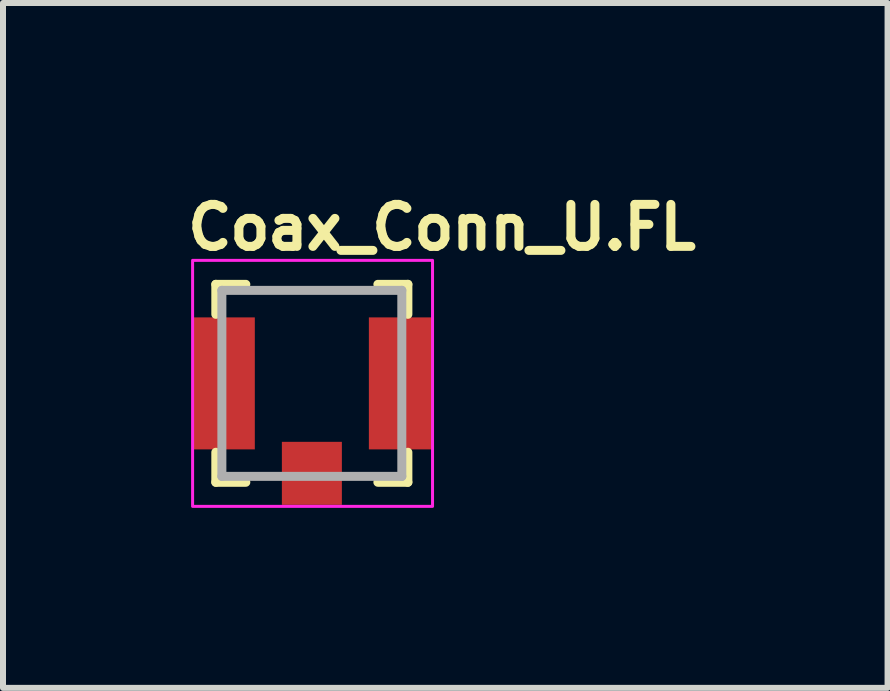
<source format=kicad_pcb>
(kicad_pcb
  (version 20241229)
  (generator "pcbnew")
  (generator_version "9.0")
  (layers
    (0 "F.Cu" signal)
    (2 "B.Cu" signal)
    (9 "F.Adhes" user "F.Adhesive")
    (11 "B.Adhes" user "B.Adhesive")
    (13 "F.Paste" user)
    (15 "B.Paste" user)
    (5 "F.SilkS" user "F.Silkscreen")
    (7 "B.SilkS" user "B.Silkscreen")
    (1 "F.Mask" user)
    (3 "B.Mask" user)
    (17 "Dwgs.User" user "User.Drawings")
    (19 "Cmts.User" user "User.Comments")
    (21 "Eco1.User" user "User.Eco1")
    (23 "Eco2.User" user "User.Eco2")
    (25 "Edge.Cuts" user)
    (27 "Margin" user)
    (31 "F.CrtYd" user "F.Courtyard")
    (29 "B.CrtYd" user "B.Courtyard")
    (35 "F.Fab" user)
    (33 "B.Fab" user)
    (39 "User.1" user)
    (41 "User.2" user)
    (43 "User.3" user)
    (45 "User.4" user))
  (footprint "Coax_Conn_U.FL"
    (layer "F.Cu")
    (at 2.16 3.34)
    (property "Reference" "Coax_Conn_U.FL" (at -2.16 -2.19 0) (layer "F.SilkS") (effects (font (size 0.7 0.7) (thickness 0.15)) (justify left bottom)))
    (attr smd)
    (fp_line (start -1.613 -1.651) (end -1.613 -1.151) (stroke (width 0.15) (type solid)) (layer "F.SilkS"))
    (fp_line (start -1.613 -1.651) (end -1.113 -1.651) (stroke (width 0.15) (type solid)) (layer "F.SilkS"))
    (fp_line (start -1.613 1.648) (end -1.613 1.148) (stroke (width 0.15) (type solid)) (layer "F.SilkS"))
    (fp_line (start -1.613 1.648) (end -1.113 1.648) (stroke (width 0.15) (type solid)) (layer "F.SilkS"))
    (fp_line (start 1.588 -1.651) (end 1.088 -1.651) (stroke (width 0.15) (type solid)) (layer "F.SilkS"))
    (fp_line (start 1.588 -1.651) (end 1.588 -1.151) (stroke (width 0.15) (type solid)) (layer "F.SilkS"))
    (fp_line (start 1.588 1.648) (end 1.088 1.648) (stroke (width 0.15) (type solid)) (layer "F.SilkS"))
    (fp_line (start 1.588 1.648) (end 1.588 1.148) (stroke (width 0.15) (type solid)) (layer "F.SilkS"))
    (fp_rect (start -2 -2.051) (end 1.999 2.05) (stroke (width 0.05) (type solid)) (fill no) (layer "F.CrtYd"))
    (fp_line (start -1.512 -1.551) (end 1.487 -1.551) (stroke (width 0.15) (type solid)) (layer "F.Fab"))
    (fp_line (start -1.512 1.55) (end -1.512 -1.551) (stroke (width 0.15) (type solid)) (layer "F.Fab"))
    (fp_line (start -1.512 1.55) (end 1.487 1.55) (stroke (width 0.15) (type solid)) (layer "F.Fab"))
    (fp_line (start 1.487 1.55) (end 1.487 -1.551) (stroke (width 0.15) (type solid)) (layer "F.Fab"))
    (fp_rect (start -1.5 -1.551) (end 1.499 1.55) (stroke (width 0.1) (type solid)) (fill no) (layer "User.5"))
    (fp_line (start -1.5 -0.902) (end -1.301 -0.902) (stroke (width 0.02) (type solid)) (layer "User.9"))
    (fp_line (start -1.5 0.9) (end -1.5 -0.902) (stroke (width 0.02) (type solid)) (layer "User.9"))
    (fp_line (start -1.5 0.9) (end -1.301 0.9) (stroke (width 0.02) (type solid)) (layer "User.9"))
    (fp_line (start -1.301 -1.016) (end -1.301 -1) (stroke (width 0.02) (type solid)) (layer "User.9"))
    (fp_line (start -1.301 -1) (end -1.301 0.998) (stroke (width 0.02) (type solid)) (layer "User.9"))
    (fp_line (start -1.301 0.998) (end -1.301 1.013) (stroke (width 0.02) (type solid)) (layer "User.9"))
    (fp_line (start -1.301 1.013) (end -1.299 1.028) (stroke (width 0.02) (type solid)) (layer "User.9"))
    (fp_line (start -1.299 -1.031) (end -1.301 -1.016) (stroke (width 0.02) (type solid)) (layer "User.9"))
    (fp_line (start -1.299 1.028) (end -1.297 1.044) (stroke (width 0.02) (type solid)) (layer "User.9"))
    (fp_line (start -1.297 -1.045) (end -1.299 -1.031) (stroke (width 0.02) (type solid)) (layer "User.9"))
    (fp_line (start -1.297 1.044) (end -1.295 1.058) (stroke (width 0.02) (type solid)) (layer "User.9"))
    (fp_line (start -1.295 -1.059) (end -1.297 -1.045) (stroke (width 0.02) (type solid)) (layer "User.9"))
    (fp_line (start -1.295 1.058) (end -1.291 1.072) (stroke (width 0.02) (type solid)) (layer "User.9"))
    (fp_line (start -1.291 -1.075) (end -1.295 -1.059) (stroke (width 0.02) (type solid)) (layer "User.9"))
    (fp_line (start -1.291 1.072) (end -1.289 1.086) (stroke (width 0.02) (type solid)) (layer "User.9"))
    (fp_line (start -1.289 -1.089) (end -1.291 -1.075) (stroke (width 0.02) (type solid)) (layer "User.9"))
    (fp_line (start -1.289 1.086) (end -1.283 1.1) (stroke (width 0.02) (type solid)) (layer "User.9"))
    (fp_line (start -1.283 -1.103) (end -1.289 -1.089) (stroke (width 0.02) (type solid)) (layer "User.9"))
    (fp_line (start -1.283 1.1) (end -1.278 1.114) (stroke (width 0.02) (type solid)) (layer "User.9"))
    (fp_line (start -1.278 -1.115) (end -1.283 -1.103) (stroke (width 0.02) (type solid)) (layer "User.9"))
    (fp_line (start -1.278 1.114) (end -1.272 1.128) (stroke (width 0.02) (type solid)) (layer "User.9"))
    (fp_line (start -1.272 -1.129) (end -1.278 -1.115) (stroke (width 0.02) (type solid)) (layer "User.9"))
    (fp_line (start -1.272 1.128) (end -1.266 1.14) (stroke (width 0.02) (type solid)) (layer "User.9"))
    (fp_line (start -1.266 -1.143) (end -1.272 -1.129) (stroke (width 0.02) (type solid)) (layer "User.9"))
    (fp_line (start -1.266 1.14) (end -1.258 1.153) (stroke (width 0.02) (type solid)) (layer "User.9"))
    (fp_line (start -1.258 -1.156) (end -1.266 -1.143) (stroke (width 0.02) (type solid)) (layer "User.9"))
    (fp_line (start -1.258 1.153) (end -1.25 1.165) (stroke (width 0.02) (type solid)) (layer "User.9"))
    (fp_line (start -1.25 -1.168) (end -1.258 -1.156) (stroke (width 0.02) (type solid)) (layer "User.9"))
    (fp_line (start -1.25 1.165) (end -1.242 1.177) (stroke (width 0.02) (type solid)) (layer "User.9"))
    (fp_line (start -1.242 -1.18) (end -1.25 -1.168) (stroke (width 0.02) (type solid)) (layer "User.9"))
    (fp_line (start -1.242 1.177) (end -1.234 1.189) (stroke (width 0.02) (type solid)) (layer "User.9"))
    (fp_line (start -1.234 -1.192) (end -1.242 -1.18) (stroke (width 0.02) (type solid)) (layer "User.9"))
    (fp_line (start -1.234 1.189) (end -1.224 1.201) (stroke (width 0.02) (type solid)) (layer "User.9"))
    (fp_line (start -1.224 -1.202) (end -1.234 -1.192) (stroke (width 0.02) (type solid)) (layer "User.9"))
    (fp_line (start -1.224 1.201) (end -1.214 1.211) (stroke (width 0.02) (type solid)) (layer "User.9"))
    (fp_line (start -1.214 -1.214) (end -1.224 -1.202) (stroke (width 0.02) (type solid)) (layer "User.9"))
    (fp_line (start -1.214 -1.214) (end -1.214 -1.214) (stroke (width 0.02) (type solid)) (layer "User.9"))
    (fp_line (start -1.214 1.211) (end -1.214 1.211) (stroke (width 0.02) (type solid)) (layer "User.9"))
    (fp_line (start -1.214 1.211) (end -1.202 1.221) (stroke (width 0.02) (type solid)) (layer "User.9"))
    (fp_line (start -1.202 -1.224) (end -1.214 -1.214) (stroke (width 0.02) (type solid)) (layer "User.9"))
    (fp_line (start -1.202 1.221) (end -1.192 1.231) (stroke (width 0.02) (type solid)) (layer "User.9"))
    (fp_line (start -1.192 -1.234) (end -1.202 -1.224) (stroke (width 0.02) (type solid)) (layer "User.9"))
    (fp_line (start -1.192 1.231) (end -1.18 1.241) (stroke (width 0.02) (type solid)) (layer "User.9"))
    (fp_line (start -1.18 -1.242) (end -1.192 -1.234) (stroke (width 0.02) (type solid)) (layer "User.9"))
    (fp_line (start -1.18 1.241) (end -1.168 1.249) (stroke (width 0.02) (type solid)) (layer "User.9"))
    (fp_line (start -1.168 -1.25) (end -1.18 -1.242) (stroke (width 0.02) (type solid)) (layer "User.9"))
    (fp_line (start -1.168 1.249) (end -1.156 1.257) (stroke (width 0.02) (type solid)) (layer "User.9"))
    (fp_line (start -1.156 -1.258) (end -1.168 -1.25) (stroke (width 0.02) (type solid)) (layer "User.9"))
    (fp_line (start -1.156 1.257) (end -1.143 1.263) (stroke (width 0.02) (type solid)) (layer "User.9"))
    (fp_line (start -1.143 -1.266) (end -1.156 -1.258) (stroke (width 0.02) (type solid)) (layer "User.9"))
    (fp_line (start -1.143 1.263) (end -1.129 1.271) (stroke (width 0.02) (type solid)) (layer "User.9"))
    (fp_line (start -1.129 -1.272) (end -1.143 -1.266) (stroke (width 0.02) (type solid)) (layer "User.9"))
    (fp_line (start -1.129 1.271) (end -1.115 1.277) (stroke (width 0.02) (type solid)) (layer "User.9"))
    (fp_line (start -1.115 -1.278) (end -1.129 -1.272) (stroke (width 0.02) (type solid)) (layer "User.9"))
    (fp_line (start -1.115 1.277) (end -1.103 1.282) (stroke (width 0.02) (type solid)) (layer "User.9"))
    (fp_line (start -1.103 -1.283) (end -1.115 -1.278) (stroke (width 0.02) (type solid)) (layer "User.9"))
    (fp_line (start -1.103 1.282) (end -1.089 1.286) (stroke (width 0.02) (type solid)) (layer "User.9"))
    (fp_line (start -1.089 -1.289) (end -1.103 -1.283) (stroke (width 0.02) (type solid)) (layer "User.9"))
    (fp_line (start -1.089 1.286) (end -1.075 1.29) (stroke (width 0.02) (type solid)) (layer "User.9"))
    (fp_line (start -1.075 -1.291) (end -1.089 -1.289) (stroke (width 0.02) (type solid)) (layer "User.9"))
    (fp_line (start -1.075 1.29) (end -1.059 1.294) (stroke (width 0.02) (type solid)) (layer "User.9"))
    (fp_line (start -1.059 -1.295) (end -1.075 -1.291) (stroke (width 0.02) (type solid)) (layer "User.9"))
    (fp_line (start -1.059 1.294) (end -1.045 1.296) (stroke (width 0.02) (type solid)) (layer "User.9"))
    (fp_line (start -1.045 -1.297) (end -1.059 -1.295) (stroke (width 0.02) (type solid)) (layer "User.9"))
    (fp_line (start -1.045 1.296) (end -1.031 1.298) (stroke (width 0.02) (type solid)) (layer "User.9"))
    (fp_line (start -1.031 -1.299) (end -1.045 -1.297) (stroke (width 0.02) (type solid)) (layer "User.9"))
    (fp_line (start -1.031 1.298) (end -1.016 1.298) (stroke (width 0.02) (type solid)) (layer "User.9"))
    (fp_line (start -1.016 -1.301) (end -1.031 -1.299) (stroke (width 0.02) (type solid)) (layer "User.9"))
    (fp_line (start -1.016 1.298) (end -1 1.3) (stroke (width 0.02) (type solid)) (layer "User.9"))
    (fp_line (start -1 -1.301) (end -1.016 -1.301) (stroke (width 0.02) (type solid)) (layer "User.9"))
    (fp_line (start -1 0) (end -0.999 -0.053) (stroke (width 0.02) (type solid)) (layer "User.9"))
    (fp_line (start -1 1.3) (end 0.998 1.3) (stroke (width 0.02) (type solid)) (layer "User.9"))
    (fp_line (start -0.999 -0.053) (end -0.995 -0.104) (stroke (width 0.02) (type solid)) (layer "User.9"))
    (fp_line (start -0.999 0.051) (end -1 0) (stroke (width 0.02) (type solid)) (layer "User.9"))
    (fp_line (start -0.995 -0.104) (end -0.989 -0.153) (stroke (width 0.02) (type solid)) (layer "User.9"))
    (fp_line (start -0.995 0.102) (end -0.999 0.051) (stroke (width 0.02) (type solid)) (layer "User.9"))
    (fp_line (start -0.989 -0.153) (end -0.98 -0.203) (stroke (width 0.02) (type solid)) (layer "User.9"))
    (fp_line (start -0.989 0.151) (end -0.995 0.102) (stroke (width 0.02) (type solid)) (layer "User.9"))
    (fp_line (start -0.98 -0.203) (end -0.969 -0.25) (stroke (width 0.02) (type solid)) (layer "User.9"))
    (fp_line (start -0.98 0.201) (end -0.989 0.151) (stroke (width 0.02) (type solid)) (layer "User.9"))
    (fp_line (start -0.969 -0.25) (end -0.956 -0.298) (stroke (width 0.02) (type solid)) (layer "User.9"))
    (fp_line (start -0.969 0.248) (end -0.98 0.201) (stroke (width 0.02) (type solid)) (layer "User.9"))
    (fp_line (start -0.956 -0.298) (end -0.94 -0.345) (stroke (width 0.02) (type solid)) (layer "User.9"))
    (fp_line (start -0.956 0.296) (end -0.969 0.248) (stroke (width 0.02) (type solid)) (layer "User.9"))
    (fp_line (start -0.94 -0.345) (end -0.923 -0.39) (stroke (width 0.02) (type solid)) (layer "User.9"))
    (fp_line (start -0.94 0.343) (end -0.956 0.296) (stroke (width 0.02) (type solid)) (layer "User.9"))
    (fp_line (start -0.931 0) (end -0.929 -0.062) (stroke (width 0.02) (type solid)) (layer "User.9"))
    (fp_line (start -0.931 0.03) (end -0.931 0) (stroke (width 0.02) (type solid)) (layer "User.9"))
    (fp_line (start -0.929 -0.062) (end -0.923 -0.124) (stroke (width 0.02) (type solid)) (layer "User.9"))
    (fp_line (start -0.929 0.06) (end -0.931 0.03) (stroke (width 0.02) (type solid)) (layer "User.9"))
    (fp_line (start -0.927 0.091) (end -0.929 0.06) (stroke (width 0.02) (type solid)) (layer "User.9"))
    (fp_line (start -0.923 -0.39) (end -0.902 -0.434) (stroke (width 0.02) (type solid)) (layer "User.9"))
    (fp_line (start -0.923 -0.124) (end -0.913 -0.184) (stroke (width 0.02) (type solid)) (layer "User.9"))
    (fp_line (start -0.923 0.122) (end -0.927 0.091) (stroke (width 0.02) (type solid)) (layer "User.9"))
    (fp_line (start -0.923 0.388) (end -0.94 0.343) (stroke (width 0.02) (type solid)) (layer "User.9"))
    (fp_line (start -0.919 0.152) (end -0.923 0.122) (stroke (width 0.02) (type solid)) (layer "User.9"))
    (fp_line (start -0.913 -0.184) (end -0.899 -0.243) (stroke (width 0.02) (type solid)) (layer "User.9"))
    (fp_line (start -0.913 0.182) (end -0.919 0.152) (stroke (width 0.02) (type solid)) (layer "User.9"))
    (fp_line (start -0.907 0.212) (end -0.913 0.182) (stroke (width 0.02) (type solid)) (layer "User.9"))
    (fp_line (start -0.902 -0.434) (end -0.879 -0.478) (stroke (width 0.02) (type solid)) (layer "User.9"))
    (fp_line (start -0.902 0.432) (end -0.923 0.388) (stroke (width 0.02) (type solid)) (layer "User.9"))
    (fp_line (start -0.899 -0.243) (end -0.881 -0.301) (stroke (width 0.02) (type solid)) (layer "User.9"))
    (fp_line (start -0.899 0.241) (end -0.907 0.212) (stroke (width 0.02) (type solid)) (layer "User.9"))
    (fp_line (start -0.89 0.271) (end -0.899 0.241) (stroke (width 0.02) (type solid)) (layer "User.9"))
    (fp_line (start -0.881 -0.301) (end -0.859 -0.358) (stroke (width 0.02) (type solid)) (layer "User.9"))
    (fp_line (start -0.881 0.299) (end -0.89 0.271) (stroke (width 0.02) (type solid)) (layer "User.9"))
    (fp_line (start -0.879 -0.478) (end -0.855 -0.519) (stroke (width 0.02) (type solid)) (layer "User.9"))
    (fp_line (start -0.879 0.476) (end -0.902 0.432) (stroke (width 0.02) (type solid)) (layer "User.9"))
    (fp_line (start -0.87 0.328) (end -0.881 0.299) (stroke (width 0.02) (type solid)) (layer "User.9"))
    (fp_line (start -0.859 -0.358) (end -0.834 -0.413) (stroke (width 0.02) (type solid)) (layer "User.9"))
    (fp_line (start -0.859 0.356) (end -0.87 0.328) (stroke (width 0.02) (type solid)) (layer "User.9"))
    (fp_line (start -0.855 -0.519) (end -0.83 -0.56) (stroke (width 0.02) (type solid)) (layer "User.9"))
    (fp_line (start -0.855 0.517) (end -0.879 0.476) (stroke (width 0.02) (type solid)) (layer "User.9"))
    (fp_line (start -0.85 0) (end -0.849 -0.058) (stroke (width 0.02) (type solid)) (layer "User.9"))
    (fp_line (start -0.85 0.028) (end -0.85 0) (stroke (width 0.02) (type solid)) (layer "User.9"))
    (fp_line (start -0.849 -0.058) (end -0.843 -0.114) (stroke (width 0.02) (type solid)) (layer "User.9"))
    (fp_line (start -0.849 0.056) (end -0.85 0.028) (stroke (width 0.02) (type solid)) (layer "User.9"))
    (fp_line (start -0.847 0.384) (end -0.859 0.356) (stroke (width 0.02) (type solid)) (layer "User.9"))
    (fp_line (start -0.846 0.084) (end -0.849 0.056) (stroke (width 0.02) (type solid)) (layer "User.9"))
    (fp_line (start -0.843 -0.114) (end -0.834 -0.169) (stroke (width 0.02) (type solid)) (layer "User.9"))
    (fp_line (start -0.843 0.112) (end -0.846 0.084) (stroke (width 0.02) (type solid)) (layer "User.9"))
    (fp_line (start -0.839 0.14) (end -0.843 0.112) (stroke (width 0.02) (type solid)) (layer "User.9"))
    (fp_line (start -0.834 -0.413) (end -0.807 -0.467) (stroke (width 0.02) (type solid)) (layer "User.9"))
    (fp_line (start -0.834 -0.169) (end -0.822 -0.222) (stroke (width 0.02) (type solid)) (layer "User.9"))
    (fp_line (start -0.834 0.167) (end -0.839 0.14) (stroke (width 0.02) (type solid)) (layer "User.9"))
    (fp_line (start -0.834 0.411) (end -0.847 0.384) (stroke (width 0.02) (type solid)) (layer "User.9"))
    (fp_line (start -0.83 -0.56) (end -0.802 -0.598) (stroke (width 0.02) (type solid)) (layer "User.9"))
    (fp_line (start -0.83 0.558) (end -0.855 0.517) (stroke (width 0.02) (type solid)) (layer "User.9"))
    (fp_line (start -0.829 0.194) (end -0.834 0.167) (stroke (width 0.02) (type solid)) (layer "User.9"))
    (fp_line (start -0.822 -0.222) (end -0.806 -0.276) (stroke (width 0.02) (type solid)) (layer "User.9"))
    (fp_line (start -0.822 0.22) (end -0.829 0.194) (stroke (width 0.02) (type solid)) (layer "User.9"))
    (fp_line (start -0.822 0.437) (end -0.834 0.411) (stroke (width 0.02) (type solid)) (layer "User.9"))
    (fp_line (start -0.814 0.247) (end -0.822 0.22) (stroke (width 0.02) (type solid)) (layer "User.9"))
    (fp_line (start -0.807 -0.467) (end -0.775 -0.518) (stroke (width 0.02) (type solid)) (layer "User.9"))
    (fp_line (start -0.807 0.465) (end -0.822 0.437) (stroke (width 0.02) (type solid)) (layer "User.9"))
    (fp_line (start -0.806 -0.276) (end -0.786 -0.328) (stroke (width 0.02) (type solid)) (layer "User.9"))
    (fp_line (start -0.806 0.274) (end -0.814 0.247) (stroke (width 0.02) (type solid)) (layer "User.9"))
    (fp_line (start -0.802 -0.598) (end -0.773 -0.636) (stroke (width 0.02) (type solid)) (layer "User.9"))
    (fp_line (start -0.802 0.596) (end -0.83 0.558) (stroke (width 0.02) (type solid)) (layer "User.9"))
    (fp_line (start -0.797 0.299) (end -0.806 0.274) (stroke (width 0.02) (type solid)) (layer "User.9"))
    (fp_line (start -0.791 0.489) (end -0.807 0.465) (stroke (width 0.02) (type solid)) (layer "User.9"))
    (fp_line (start -0.786 -0.328) (end -0.763 -0.377) (stroke (width 0.02) (type solid)) (layer "User.9"))
    (fp_line (start -0.786 0.326) (end -0.797 0.299) (stroke (width 0.02) (type solid)) (layer "User.9"))
    (fp_line (start -0.776 -0.351) (end -0.425 -0.351) (stroke (width 0.02) (type solid)) (layer "User.9"))
    (fp_line (start -0.776 0.349) (end -0.425 0.349) (stroke (width 0.02) (type solid)) (layer "User.9"))
    (fp_line (start -0.775 -0.518) (end -0.739 -0.567) (stroke (width 0.02) (type solid)) (layer "User.9"))
    (fp_line (start -0.775 0.351) (end -0.786 0.326) (stroke (width 0.02) (type solid)) (layer "User.9"))
    (fp_line (start -0.775 0.516) (end -0.791 0.489) (stroke (width 0.02) (type solid)) (layer "User.9"))
    (fp_line (start -0.773 -0.636) (end -0.74 -0.673) (stroke (width 0.02) (type solid)) (layer "User.9"))
    (fp_line (start -0.773 0.634) (end -0.802 0.596) (stroke (width 0.02) (type solid)) (layer "User.9"))
    (fp_line (start -0.763 -0.377) (end -0.737 -0.425) (stroke (width 0.02) (type solid)) (layer "User.9"))
    (fp_line (start -0.763 0.375) (end -0.775 0.351) (stroke (width 0.02) (type solid)) (layer "User.9"))
    (fp_line (start -0.757 0.54) (end -0.775 0.516) (stroke (width 0.02) (type solid)) (layer "User.9"))
    (fp_line (start -0.75 0.4) (end -0.763 0.375) (stroke (width 0.02) (type solid)) (layer "User.9"))
    (fp_line (start -0.74 -0.673) (end -0.707 -0.707) (stroke (width 0.02) (type solid)) (layer "User.9"))
    (fp_line (start -0.74 0.671) (end -0.773 0.634) (stroke (width 0.02) (type solid)) (layer "User.9"))
    (fp_line (start -0.739 -0.567) (end -0.702 -0.612) (stroke (width 0.02) (type solid)) (layer "User.9"))
    (fp_line (start -0.739 0.565) (end -0.757 0.54) (stroke (width 0.02) (type solid)) (layer "User.9"))
    (fp_line (start -0.737 -0.425) (end -0.708 -0.473) (stroke (width 0.02) (type solid)) (layer "User.9"))
    (fp_line (start -0.737 0.423) (end -0.75 0.4) (stroke (width 0.02) (type solid)) (layer "User.9"))
    (fp_line (start -0.722 0.448) (end -0.737 0.423) (stroke (width 0.02) (type solid)) (layer "User.9"))
    (fp_line (start -0.72 0.587) (end -0.739 0.565) (stroke (width 0.02) (type solid)) (layer "User.9"))
    (fp_line (start -0.708 -0.473) (end -0.677 -0.518) (stroke (width 0.02) (type solid)) (layer "User.9"))
    (fp_line (start -0.708 0.471) (end -0.722 0.448) (stroke (width 0.02) (type solid)) (layer "User.9"))
    (fp_line (start -0.707 -0.707) (end -0.673 -0.74) (stroke (width 0.02) (type solid)) (layer "User.9"))
    (fp_line (start -0.707 0.705) (end -0.74 0.671) (stroke (width 0.02) (type solid)) (layer "User.9"))
    (fp_line (start -0.702 -0.612) (end -0.661 -0.658) (stroke (width 0.02) (type solid)) (layer "User.9"))
    (fp_line (start -0.702 0.61) (end -0.72 0.587) (stroke (width 0.02) (type solid)) (layer "User.9"))
    (fp_line (start -0.693 0.493) (end -0.708 0.471) (stroke (width 0.02) (type solid)) (layer "User.9"))
    (fp_line (start -0.682 0.633) (end -0.702 0.61) (stroke (width 0.02) (type solid)) (layer "User.9"))
    (fp_line (start -0.677 -0.518) (end -0.642 -0.561) (stroke (width 0.02) (type solid)) (layer "User.9"))
    (fp_line (start -0.677 0.516) (end -0.693 0.493) (stroke (width 0.02) (type solid)) (layer "User.9"))
    (fp_line (start -0.673 -0.74) (end -0.636 -0.772) (stroke (width 0.02) (type solid)) (layer "User.9"))
    (fp_line (start -0.673 0.738) (end -0.707 0.705) (stroke (width 0.02) (type solid)) (layer "User.9"))
    (fp_line (start -0.661 -0.658) (end -0.615 -0.699) (stroke (width 0.02) (type solid)) (layer "User.9"))
    (fp_line (start -0.661 0.656) (end -0.682 0.633) (stroke (width 0.02) (type solid)) (layer "User.9"))
    (fp_line (start -0.659 0.538) (end -0.677 0.516) (stroke (width 0.02) (type solid)) (layer "User.9"))
    (fp_line (start -0.642 -0.561) (end -0.603 -0.6) (stroke (width 0.02) (type solid)) (layer "User.9"))
    (fp_line (start -0.642 0.559) (end -0.659 0.538) (stroke (width 0.02) (type solid)) (layer "User.9"))
    (fp_line (start -0.638 0.677) (end -0.661 0.656) (stroke (width 0.02) (type solid)) (layer "User.9"))
    (fp_line (start -0.636 -0.772) (end -0.598 -0.802) (stroke (width 0.02) (type solid)) (layer "User.9"))
    (fp_line (start -0.636 0.77) (end -0.673 0.738) (stroke (width 0.02) (type solid)) (layer "User.9"))
    (fp_line (start -0.622 0.578) (end -0.642 0.559) (stroke (width 0.02) (type solid)) (layer "User.9"))
    (fp_line (start -0.615 -0.699) (end -0.569 -0.737) (stroke (width 0.02) (type solid)) (layer "User.9"))
    (fp_line (start -0.615 0.697) (end -0.638 0.677) (stroke (width 0.02) (type solid)) (layer "User.9"))
    (fp_line (start -0.603 -0.6) (end -0.563 -0.638) (stroke (width 0.02) (type solid)) (layer "User.9"))
    (fp_line (start -0.603 0.598) (end -0.622 0.578) (stroke (width 0.02) (type solid)) (layer "User.9"))
    (fp_line (start -0.598 -0.802) (end -0.56 -0.83) (stroke (width 0.02) (type solid)) (layer "User.9"))
    (fp_line (start -0.598 0.8) (end -0.636 0.77) (stroke (width 0.02) (type solid)) (layer "User.9"))
    (fp_line (start -0.592 0.716) (end -0.615 0.697) (stroke (width 0.02) (type solid)) (layer "User.9"))
    (fp_line (start -0.583 0.618) (end -0.603 0.598) (stroke (width 0.02) (type solid)) (layer "User.9"))
    (fp_line (start -0.569 -0.737) (end -0.519 -0.774) (stroke (width 0.02) (type solid)) (layer "User.9"))
    (fp_line (start -0.569 0.735) (end -0.592 0.716) (stroke (width 0.02) (type solid)) (layer "User.9"))
    (fp_line (start -0.563 -0.638) (end -0.52 -0.675) (stroke (width 0.02) (type solid)) (layer "User.9"))
    (fp_line (start -0.563 0.636) (end -0.583 0.618) (stroke (width 0.02) (type solid)) (layer "User.9"))
    (fp_line (start -0.56 -0.83) (end -0.52 -0.855) (stroke (width 0.02) (type solid)) (layer "User.9"))
    (fp_line (start -0.56 0.828) (end -0.598 0.8) (stroke (width 0.02) (type solid)) (layer "User.9"))
    (fp_line (start -0.544 0.754) (end -0.569 0.735) (stroke (width 0.02) (type solid)) (layer "User.9"))
    (fp_line (start -0.542 0.655) (end -0.563 0.636) (stroke (width 0.02) (type solid)) (layer "User.9"))
    (fp_line (start -0.52 -0.855) (end -0.478 -0.879) (stroke (width 0.02) (type solid)) (layer "User.9"))
    (fp_line (start -0.52 -0.675) (end -0.475 -0.707) (stroke (width 0.02) (type solid)) (layer "User.9"))
    (fp_line (start -0.52 0.673) (end -0.542 0.655) (stroke (width 0.02) (type solid)) (layer "User.9"))
    (fp_line (start -0.52 0.853) (end -0.56 0.828) (stroke (width 0.02) (type solid)) (layer "User.9"))
    (fp_line (start -0.519 -0.774) (end -0.466 -0.807) (stroke (width 0.02) (type solid)) (layer "User.9"))
    (fp_line (start -0.519 0.772) (end -0.544 0.754) (stroke (width 0.02) (type solid)) (layer "User.9"))
    (fp_line (start -0.497 0.69) (end -0.52 0.673) (stroke (width 0.02) (type solid)) (layer "User.9"))
    (fp_line (start -0.492 0.789) (end -0.519 0.772) (stroke (width 0.02) (type solid)) (layer "User.9"))
    (fp_line (start -0.478 -0.879) (end -0.434 -0.902) (stroke (width 0.02) (type solid)) (layer "User.9"))
    (fp_line (start -0.478 0.877) (end -0.52 0.853) (stroke (width 0.02) (type solid)) (layer "User.9"))
    (fp_line (start -0.475 -0.707) (end -0.425 -0.737) (stroke (width 0.02) (type solid)) (layer "User.9"))
    (fp_line (start -0.475 0.705) (end -0.497 0.69) (stroke (width 0.02) (type solid)) (layer "User.9"))
    (fp_line (start -0.466 -0.807) (end -0.466 -0.807) (stroke (width 0.02) (type solid)) (layer "User.9"))
    (fp_line (start -0.466 -0.807) (end -0.412 -0.835) (stroke (width 0.02) (type solid)) (layer "User.9"))
    (fp_line (start -0.466 0.805) (end -0.492 0.789) (stroke (width 0.02) (type solid)) (layer "User.9"))
    (fp_line (start -0.466 0.805) (end -0.466 0.805) (stroke (width 0.02) (type solid)) (layer "User.9"))
    (fp_line (start -0.451 0.72) (end -0.475 0.705) (stroke (width 0.02) (type solid)) (layer "User.9"))
    (fp_line (start -0.434 -0.902) (end -0.39 -0.922) (stroke (width 0.02) (type solid)) (layer "User.9"))
    (fp_line (start -0.434 0.9) (end -0.478 0.877) (stroke (width 0.02) (type solid)) (layer "User.9"))
    (fp_line (start -0.425 -0.737) (end -0.425 -0.737) (stroke (width 0.02) (type solid)) (layer "User.9"))
    (fp_line (start -0.425 -0.737) (end -0.376 -0.763) (stroke (width 0.02) (type solid)) (layer "User.9"))
    (fp_line (start -0.425 -0.351) (end -0.406 -0.374) (stroke (width 0.02) (type solid)) (layer "User.9"))
    (fp_line (start -0.425 0.735) (end -0.451 0.72) (stroke (width 0.02) (type solid)) (layer "User.9"))
    (fp_line (start -0.425 0.735) (end -0.425 0.735) (stroke (width 0.02) (type solid)) (layer "User.9"))
    (fp_line (start -0.412 -0.835) (end -0.355 -0.86) (stroke (width 0.02) (type solid)) (layer "User.9"))
    (fp_line (start -0.412 0.833) (end -0.466 0.805) (stroke (width 0.02) (type solid)) (layer "User.9"))
    (fp_line (start -0.406 -0.374) (end -0.383 -0.396) (stroke (width 0.02) (type solid)) (layer "User.9"))
    (fp_line (start -0.406 0.372) (end -0.425 0.349) (stroke (width 0.02) (type solid)) (layer "User.9"))
    (fp_line (start -0.39 -0.922) (end -0.345 -0.94) (stroke (width 0.02) (type solid)) (layer "User.9"))
    (fp_line (start -0.39 0.92) (end -0.434 0.9) (stroke (width 0.02) (type solid)) (layer "User.9"))
    (fp_line (start -0.383 -0.396) (end -0.361 -0.417) (stroke (width 0.02) (type solid)) (layer "User.9"))
    (fp_line (start -0.383 0.394) (end -0.406 0.372) (stroke (width 0.02) (type solid)) (layer "User.9"))
    (fp_line (start -0.376 -0.763) (end -0.325 -0.787) (stroke (width 0.02) (type solid)) (layer "User.9"))
    (fp_line (start -0.376 0.761) (end -0.425 0.735) (stroke (width 0.02) (type solid)) (layer "User.9"))
    (fp_line (start -0.361 -0.417) (end -0.338 -0.435) (stroke (width 0.02) (type solid)) (layer "User.9"))
    (fp_line (start -0.361 0.415) (end -0.383 0.394) (stroke (width 0.02) (type solid)) (layer "User.9"))
    (fp_line (start -0.355 -0.86) (end -0.297 -0.882) (stroke (width 0.02) (type solid)) (layer "User.9"))
    (fp_line (start -0.355 0.858) (end -0.412 0.833) (stroke (width 0.02) (type solid)) (layer "User.9"))
    (fp_line (start -0.345 -0.94) (end -0.298 -0.955) (stroke (width 0.02) (type solid)) (layer "User.9"))
    (fp_line (start -0.345 0.938) (end -0.39 0.92) (stroke (width 0.02) (type solid)) (layer "User.9"))
    (fp_line (start -0.338 -0.435) (end -0.313 -0.454) (stroke (width 0.02) (type solid)) (layer "User.9"))
    (fp_line (start -0.338 0.433) (end -0.361 0.415) (stroke (width 0.02) (type solid)) (layer "User.9"))
    (fp_line (start -0.325 -0.787) (end -0.273 -0.807) (stroke (width 0.02) (type solid)) (layer "User.9"))
    (fp_line (start -0.325 0.785) (end -0.376 0.761) (stroke (width 0.02) (type solid)) (layer "User.9"))
    (fp_line (start -0.313 -0.454) (end -0.289 -0.47) (stroke (width 0.02) (type solid)) (layer "User.9"))
    (fp_line (start -0.313 0.452) (end -0.338 0.433) (stroke (width 0.02) (type solid)) (layer "User.9"))
    (fp_line (start -0.3 -1.301) (end -1 -1.301) (stroke (width 0.02) (type solid)) (layer "User.9"))
    (fp_line (start -0.3 -1.301) (end -0.3 -1.551) (stroke (width 0.02) (type solid)) (layer "User.9"))
    (fp_line (start -0.3 1.3) (end -0.3 1.55) (stroke (width 0.02) (type solid)) (layer "User.9"))
    (fp_line (start -0.298 -0.955) (end -0.25 -0.968) (stroke (width 0.02) (type solid)) (layer "User.9"))
    (fp_line (start -0.298 0.953) (end -0.345 0.938) (stroke (width 0.02) (type solid)) (layer "User.9"))
    (fp_line (start -0.297 -0.882) (end -0.24 -0.9) (stroke (width 0.02) (type solid)) (layer "User.9"))
    (fp_line (start -0.297 0.88) (end -0.355 0.858) (stroke (width 0.02) (type solid)) (layer "User.9"))
    (fp_line (start -0.289 -0.47) (end -0.263 -0.484) (stroke (width 0.02) (type solid)) (layer "User.9"))
    (fp_line (start -0.289 0.468) (end -0.313 0.452) (stroke (width 0.02) (type solid)) (layer "User.9"))
    (fp_line (start -0.273 -0.807) (end -0.219 -0.823) (stroke (width 0.02) (type solid)) (layer "User.9"))
    (fp_line (start -0.273 0.805) (end -0.325 0.785) (stroke (width 0.02) (type solid)) (layer "User.9"))
    (fp_line (start -0.263 -0.484) (end -0.236 -0.498) (stroke (width 0.02) (type solid)) (layer "User.9"))
    (fp_line (start -0.263 0.482) (end -0.289 0.468) (stroke (width 0.02) (type solid)) (layer "User.9"))
    (fp_line (start -0.25 -0.968) (end -0.203 -0.979) (stroke (width 0.02) (type solid)) (layer "User.9"))
    (fp_line (start -0.25 -0.018) (end -0.248 -0.035) (stroke (width 0.02) (type solid)) (layer "User.9"))
    (fp_line (start -0.25 0) (end -0.25 -0.018) (stroke (width 0.02) (type solid)) (layer "User.9"))
    (fp_line (start -0.25 0.008) (end -0.25 0) (stroke (width 0.02) (type solid)) (layer "User.9"))
    (fp_line (start -0.25 0.016) (end -0.25 0.008) (stroke (width 0.02) (type solid)) (layer "User.9"))
    (fp_line (start -0.25 0.966) (end -0.298 0.953) (stroke (width 0.02) (type solid)) (layer "User.9"))
    (fp_line (start -0.249 0.024) (end -0.25 0.016) (stroke (width 0.02) (type solid)) (layer "User.9"))
    (fp_line (start -0.248 -0.035) (end -0.246 -0.051) (stroke (width 0.02) (type solid)) (layer "User.9"))
    (fp_line (start -0.248 0.033) (end -0.249 0.024) (stroke (width 0.02) (type solid)) (layer "User.9"))
    (fp_line (start -0.247 0.041) (end -0.248 0.033) (stroke (width 0.02) (type solid)) (layer "User.9"))
    (fp_line (start -0.246 -0.051) (end -0.242 -0.067) (stroke (width 0.02) (type solid)) (layer "User.9"))
    (fp_line (start -0.246 0.049) (end -0.247 0.041) (stroke (width 0.02) (type solid)) (layer "User.9"))
    (fp_line (start -0.244 0.057) (end -0.246 0.049) (stroke (width 0.02) (type solid)) (layer "User.9"))
    (fp_line (start -0.242 -0.067) (end -0.238 -0.082) (stroke (width 0.02) (type solid)) (layer "User.9"))
    (fp_line (start -0.242 0.065) (end -0.244 0.057) (stroke (width 0.02) (type solid)) (layer "User.9"))
    (fp_line (start -0.24 -0.9) (end -0.18 -0.914) (stroke (width 0.02) (type solid)) (layer "User.9"))
    (fp_line (start -0.24 0.072) (end -0.242 0.065) (stroke (width 0.02) (type solid)) (layer "User.9"))
    (fp_line (start -0.24 0.898) (end -0.297 0.88) (stroke (width 0.02) (type solid)) (layer "User.9"))
    (fp_line (start -0.238 -0.082) (end -0.232 -0.096) (stroke (width 0.02) (type solid)) (layer "User.9"))
    (fp_line (start -0.238 0.08) (end -0.24 0.072) (stroke (width 0.02) (type solid)) (layer "User.9"))
    (fp_line (start -0.236 -0.498) (end -0.208 -0.51) (stroke (width 0.02) (type solid)) (layer "User.9"))
    (fp_line (start -0.236 0.496) (end -0.263 0.482) (stroke (width 0.02) (type solid)) (layer "User.9"))
    (fp_line (start -0.235 0.087) (end -0.238 0.08) (stroke (width 0.02) (type solid)) (layer "User.9"))
    (fp_line (start -0.232 -0.096) (end -0.226 -0.111) (stroke (width 0.02) (type solid)) (layer "User.9"))
    (fp_line (start -0.232 0.094) (end -0.235 0.087) (stroke (width 0.02) (type solid)) (layer "User.9"))
    (fp_line (start -0.229 0.103) (end -0.232 0.094) (stroke (width 0.02) (type solid)) (layer "User.9"))
    (fp_line (start -0.226 -0.111) (end -0.217 -0.125) (stroke (width 0.02) (type solid)) (layer "User.9"))
    (fp_line (start -0.226 0.109) (end -0.229 0.103) (stroke (width 0.02) (type solid)) (layer "User.9"))
    (fp_line (start -0.221 0.117) (end -0.226 0.109) (stroke (width 0.02) (type solid)) (layer "User.9"))
    (fp_line (start -0.219 -0.823) (end -0.166 -0.834) (stroke (width 0.02) (type solid)) (layer "User.9"))
    (fp_line (start -0.219 0.821) (end -0.273 0.805) (stroke (width 0.02) (type solid)) (layer "User.9"))
    (fp_line (start -0.217 -0.125) (end -0.209 -0.14) (stroke (width 0.02) (type solid)) (layer "User.9"))
    (fp_line (start -0.217 0.123) (end -0.221 0.117) (stroke (width 0.02) (type solid)) (layer "User.9"))
    (fp_line (start -0.213 0.131) (end -0.217 0.123) (stroke (width 0.02) (type solid)) (layer "User.9"))
    (fp_line (start -0.209 -0.14) (end -0.2 -0.152) (stroke (width 0.02) (type solid)) (layer "User.9"))
    (fp_line (start -0.209 0.138) (end -0.213 0.131) (stroke (width 0.02) (type solid)) (layer "User.9"))
    (fp_line (start -0.208 -0.51) (end -0.179 -0.522) (stroke (width 0.02) (type solid)) (layer "User.9"))
    (fp_line (start -0.208 0.508) (end -0.236 0.496) (stroke (width 0.02) (type solid)) (layer "User.9"))
    (fp_line (start -0.205 0.144) (end -0.209 0.138) (stroke (width 0.02) (type solid)) (layer "User.9"))
    (fp_line (start -0.203 -0.979) (end -0.153 -0.988) (stroke (width 0.02) (type solid)) (layer "User.9"))
    (fp_line (start -0.203 0.977) (end -0.25 0.966) (stroke (width 0.02) (type solid)) (layer "User.9"))
    (fp_line (start -0.2 -0.152) (end -0.189 -0.166) (stroke (width 0.02) (type solid)) (layer "User.9"))
    (fp_line (start -0.2 0.15) (end -0.205 0.144) (stroke (width 0.02) (type solid)) (layer "User.9"))
    (fp_line (start -0.195 0.157) (end -0.2 0.15) (stroke (width 0.02) (type solid)) (layer "User.9"))
    (fp_line (start -0.189 -0.166) (end -0.178 -0.177) (stroke (width 0.02) (type solid)) (layer "User.9"))
    (fp_line (start -0.189 0.164) (end -0.195 0.157) (stroke (width 0.02) (type solid)) (layer "User.9"))
    (fp_line (start -0.183 0.17) (end -0.189 0.164) (stroke (width 0.02) (type solid)) (layer "User.9"))
    (fp_line (start -0.18 -0.914) (end -0.121 -0.924) (stroke (width 0.02) (type solid)) (layer "User.9"))
    (fp_line (start -0.18 0.912) (end -0.24 0.898) (stroke (width 0.02) (type solid)) (layer "User.9"))
    (fp_line (start -0.179 -0.522) (end -0.151 -0.531) (stroke (width 0.02) (type solid)) (layer "User.9"))
    (fp_line (start -0.179 0.52) (end -0.208 0.508) (stroke (width 0.02) (type solid)) (layer "User.9"))
    (fp_line (start -0.178 -0.177) (end -0.167 -0.188) (stroke (width 0.02) (type solid)) (layer "User.9"))
    (fp_line (start -0.178 0.175) (end -0.183 0.17) (stroke (width 0.02) (type solid)) (layer "User.9"))
    (fp_line (start -0.173 0.181) (end -0.178 0.175) (stroke (width 0.02) (type solid)) (layer "User.9"))
    (fp_line (start -0.167 -0.188) (end -0.153 -0.2) (stroke (width 0.02) (type solid)) (layer "User.9"))
    (fp_line (start -0.167 0.186) (end -0.173 0.181) (stroke (width 0.02) (type solid)) (layer "User.9"))
    (fp_line (start -0.166 -0.834) (end -0.11 -0.843) (stroke (width 0.02) (type solid)) (layer "User.9"))
    (fp_line (start -0.166 0.832) (end -0.219 0.821) (stroke (width 0.02) (type solid)) (layer "User.9"))
    (fp_line (start -0.16 0.192) (end -0.167 0.186) (stroke (width 0.02) (type solid)) (layer "User.9"))
    (fp_line (start -0.153 -0.988) (end -0.104 -0.994) (stroke (width 0.02) (type solid)) (layer "User.9"))
    (fp_line (start -0.153 -0.2) (end -0.141 -0.209) (stroke (width 0.02) (type solid)) (layer "User.9"))
    (fp_line (start -0.153 0.198) (end -0.16 0.192) (stroke (width 0.02) (type solid)) (layer "User.9"))
    (fp_line (start -0.153 0.986) (end -0.203 0.977) (stroke (width 0.02) (type solid)) (layer "User.9"))
    (fp_line (start -0.151 -0.531) (end -0.121 -0.538) (stroke (width 0.02) (type solid)) (layer "User.9"))
    (fp_line (start -0.151 0.529) (end -0.179 0.52) (stroke (width 0.02) (type solid)) (layer "User.9"))
    (fp_line (start -0.146 0.202) (end -0.153 0.198) (stroke (width 0.02) (type solid)) (layer "User.9"))
    (fp_line (start -0.141 -0.209) (end -0.125 -0.217) (stroke (width 0.02) (type solid)) (layer "User.9"))
    (fp_line (start -0.141 0.207) (end -0.146 0.202) (stroke (width 0.02) (type solid)) (layer "User.9"))
    (fp_line (start -0.134 0.211) (end -0.141 0.207) (stroke (width 0.02) (type solid)) (layer "User.9"))
    (fp_line (start -0.125 -0.217) (end -0.125 -0.217) (stroke (width 0.02) (type solid)) (layer "User.9"))
    (fp_line (start -0.125 -0.217) (end -0.111 -0.226) (stroke (width 0.02) (type solid)) (layer "User.9"))
    (fp_line (start -0.125 0.215) (end -0.134 0.211) (stroke (width 0.02) (type solid)) (layer "User.9"))
    (fp_line (start -0.125 0.215) (end -0.125 0.215) (stroke (width 0.02) (type solid)) (layer "User.9"))
    (fp_line (start -0.121 -0.924) (end -0.061 -0.93) (stroke (width 0.02) (type solid)) (layer "User.9"))
    (fp_line (start -0.121 -0.538) (end -0.092 -0.544) (stroke (width 0.02) (type solid)) (layer "User.9"))
    (fp_line (start -0.121 0.536) (end -0.151 0.529) (stroke (width 0.02) (type solid)) (layer "User.9"))
    (fp_line (start -0.121 0.922) (end -0.18 0.912) (stroke (width 0.02) (type solid)) (layer "User.9"))
    (fp_line (start -0.111 -0.226) (end -0.096 -0.233) (stroke (width 0.02) (type solid)) (layer "User.9"))
    (fp_line (start -0.111 0.224) (end -0.125 0.215) (stroke (width 0.02) (type solid)) (layer "User.9"))
    (fp_line (start -0.11 -0.843) (end -0.056 -0.849) (stroke (width 0.02) (type solid)) (layer "User.9"))
    (fp_line (start -0.11 0.841) (end -0.166 0.832) (stroke (width 0.02) (type solid)) (layer "User.9"))
    (fp_line (start -0.104 -0.994) (end -0.053 -0.998) (stroke (width 0.02) (type solid)) (layer "User.9"))
    (fp_line (start -0.104 0.992) (end -0.153 0.986) (stroke (width 0.02) (type solid)) (layer "User.9"))
    (fp_line (start -0.096 -0.233) (end -0.08 -0.238) (stroke (width 0.02) (type solid)) (layer "User.9"))
    (fp_line (start -0.096 0.231) (end -0.111 0.224) (stroke (width 0.02) (type solid)) (layer "User.9"))
    (fp_line (start -0.092 -0.544) (end -0.062 -0.548) (stroke (width 0.02) (type solid)) (layer "User.9"))
    (fp_line (start -0.092 0.542) (end -0.121 0.536) (stroke (width 0.02) (type solid)) (layer "User.9"))
    (fp_line (start -0.08 -0.238) (end -0.066 -0.242) (stroke (width 0.02) (type solid)) (layer "User.9"))
    (fp_line (start -0.08 0.236) (end -0.096 0.231) (stroke (width 0.02) (type solid)) (layer "User.9"))
    (fp_line (start -0.066 -0.242) (end -0.05 -0.246) (stroke (width 0.02) (type solid)) (layer "User.9"))
    (fp_line (start -0.066 0.24) (end -0.08 0.236) (stroke (width 0.02) (type solid)) (layer "User.9"))
    (fp_line (start -0.062 -0.548) (end -0.031 -0.551) (stroke (width 0.02) (type solid)) (layer "User.9"))
    (fp_line (start -0.062 0.546) (end -0.092 0.542) (stroke (width 0.02) (type solid)) (layer "User.9"))
    (fp_line (start -0.061 -0.93) (end 0 -0.932) (stroke (width 0.02) (type solid)) (layer "User.9"))
    (fp_line (start -0.061 0.928) (end -0.121 0.922) (stroke (width 0.02) (type solid)) (layer "User.9"))
    (fp_line (start -0.056 -0.849) (end 0 -0.85) (stroke (width 0.02) (type solid)) (layer "User.9"))
    (fp_line (start -0.056 0.847) (end -0.11 0.841) (stroke (width 0.02) (type solid)) (layer "User.9"))
    (fp_line (start -0.053 -0.998) (end 0 -0.999) (stroke (width 0.02) (type solid)) (layer "User.9"))
    (fp_line (start -0.053 0.996) (end -0.104 0.992) (stroke (width 0.02) (type solid)) (layer "User.9"))
    (fp_line (start -0.05 -0.246) (end -0.034 -0.248) (stroke (width 0.02) (type solid)) (layer "User.9"))
    (fp_line (start -0.05 0.244) (end -0.066 0.24) (stroke (width 0.02) (type solid)) (layer "User.9"))
    (fp_line (start -0.034 -0.248) (end -0.018 -0.25) (stroke (width 0.02) (type solid)) (layer "User.9"))
    (fp_line (start -0.034 0.246) (end -0.05 0.244) (stroke (width 0.02) (type solid)) (layer "User.9"))
    (fp_line (start -0.031 -0.551) (end 0 -0.552) (stroke (width 0.02) (type solid)) (layer "User.9"))
    (fp_line (start -0.031 0.549) (end -0.062 0.546) (stroke (width 0.02) (type solid)) (layer "User.9"))
    (fp_line (start -0.018 -0.25) (end 0 -0.25) (stroke (width 0.02) (type solid)) (layer "User.9"))
    (fp_line (start -0.018 0.248) (end -0.034 0.246) (stroke (width 0.02) (type solid)) (layer "User.9"))
    (fp_line (start 0 -0.999) (end 0 -0.999) (stroke (width 0.02) (type solid)) (layer "User.9"))
    (fp_line (start 0 -0.999) (end 0.051 -0.998) (stroke (width 0.02) (type solid)) (layer "User.9"))
    (fp_line (start 0 -0.932) (end 0.059 -0.93) (stroke (width 0.02) (type solid)) (layer "User.9"))
    (fp_line (start 0 -0.85) (end 0.054 -0.849) (stroke (width 0.02) (type solid)) (layer "User.9"))
    (fp_line (start 0 -0.552) (end 0 -0.552) (stroke (width 0.02) (type solid)) (layer "User.9"))
    (fp_line (start 0 -0.552) (end 0.029 -0.551) (stroke (width 0.02) (type solid)) (layer "User.9"))
    (fp_line (start 0 -0.25) (end 0.016 -0.25) (stroke (width 0.02) (type solid)) (layer "User.9"))
    (fp_line (start 0 0.248) (end -0.018 0.248) (stroke (width 0.02) (type solid)) (layer "User.9"))
    (fp_line (start 0 0.55) (end -0.031 0.549) (stroke (width 0.02) (type solid)) (layer "User.9"))
    (fp_line (start 0 0.55) (end 0 0.55) (stroke (width 0.02) (type solid)) (layer "User.9"))
    (fp_line (start 0 0.848) (end -0.056 0.847) (stroke (width 0.02) (type solid)) (layer "User.9"))
    (fp_line (start 0 0.93) (end -0.061 0.928) (stroke (width 0.02) (type solid)) (layer "User.9"))
    (fp_line (start 0 0.997) (end -0.053 0.996) (stroke (width 0.02) (type solid)) (layer "User.9"))
    (fp_line (start 0 0.997) (end 0 0.997) (stroke (width 0.02) (type solid)) (layer "User.9"))
    (fp_line (start 0.016 -0.25) (end 0.032 -0.248) (stroke (width 0.02) (type solid)) (layer "User.9"))
    (fp_line (start 0.016 0.248) (end 0 0.248) (stroke (width 0.02) (type solid)) (layer "User.9"))
    (fp_line (start 0.029 -0.551) (end 0.06 -0.548) (stroke (width 0.02) (type solid)) (layer "User.9"))
    (fp_line (start 0.029 0.549) (end 0 0.55) (stroke (width 0.02) (type solid)) (layer "User.9"))
    (fp_line (start 0.032 -0.248) (end 0.048 -0.246) (stroke (width 0.02) (type solid)) (layer "User.9"))
    (fp_line (start 0.032 0.246) (end 0.016 0.248) (stroke (width 0.02) (type solid)) (layer "User.9"))
    (fp_line (start 0.048 -0.246) (end 0.064 -0.242) (stroke (width 0.02) (type solid)) (layer "User.9"))
    (fp_line (start 0.048 0.244) (end 0.032 0.246) (stroke (width 0.02) (type solid)) (layer "User.9"))
    (fp_line (start 0.051 -0.998) (end 0.102 -0.994) (stroke (width 0.02) (type solid)) (layer "User.9"))
    (fp_line (start 0.051 0.996) (end 0 0.997) (stroke (width 0.02) (type solid)) (layer "User.9"))
    (fp_line (start 0.054 -0.849) (end 0.108 -0.843) (stroke (width 0.02) (type solid)) (layer "User.9"))
    (fp_line (start 0.054 0.847) (end 0 0.848) (stroke (width 0.02) (type solid)) (layer "User.9"))
    (fp_line (start 0.059 -0.93) (end 0.119 -0.924) (stroke (width 0.02) (type solid)) (layer "User.9"))
    (fp_line (start 0.059 0.928) (end 0 0.93) (stroke (width 0.02) (type solid)) (layer "User.9"))
    (fp_line (start 0.06 -0.548) (end 0.09 -0.544) (stroke (width 0.02) (type solid)) (layer "User.9"))
    (fp_line (start 0.06 0.546) (end 0.029 0.549) (stroke (width 0.02) (type solid)) (layer "User.9"))
    (fp_line (start 0.064 -0.242) (end 0.078 -0.238) (stroke (width 0.02) (type solid)) (layer "User.9"))
    (fp_line (start 0.064 0.24) (end 0.048 0.244) (stroke (width 0.02) (type solid)) (layer "User.9"))
    (fp_line (start 0.078 -0.238) (end 0.094 -0.233) (stroke (width 0.02) (type solid)) (layer "User.9"))
    (fp_line (start 0.078 0.236) (end 0.064 0.24) (stroke (width 0.02) (type solid)) (layer "User.9"))
    (fp_line (start 0.09 -0.544) (end 0.119 -0.538) (stroke (width 0.02) (type solid)) (layer "User.9"))
    (fp_line (start 0.09 0.542) (end 0.06 0.546) (stroke (width 0.02) (type solid)) (layer "User.9"))
    (fp_line (start 0.094 -0.233) (end 0.109 -0.226) (stroke (width 0.02) (type solid)) (layer "User.9"))
    (fp_line (start 0.094 0.231) (end 0.078 0.236) (stroke (width 0.02) (type solid)) (layer "User.9"))
    (fp_line (start 0.102 -0.994) (end 0.151 -0.988) (stroke (width 0.02) (type solid)) (layer "User.9"))
    (fp_line (start 0.102 0.992) (end 0.051 0.996) (stroke (width 0.02) (type solid)) (layer "User.9"))
    (fp_line (start 0.108 -0.843) (end 0.164 -0.834) (stroke (width 0.02) (type solid)) (layer "User.9"))
    (fp_line (start 0.108 0.841) (end 0.054 0.847) (stroke (width 0.02) (type solid)) (layer "User.9"))
    (fp_line (start 0.109 -0.226) (end 0.124 -0.217) (stroke (width 0.02) (type solid)) (layer "User.9"))
    (fp_line (start 0.109 0.224) (end 0.094 0.231) (stroke (width 0.02) (type solid)) (layer "User.9"))
    (fp_line (start 0.119 -0.924) (end 0.178 -0.914) (stroke (width 0.02) (type solid)) (layer "User.9"))
    (fp_line (start 0.119 -0.538) (end 0.149 -0.531) (stroke (width 0.02) (type solid)) (layer "User.9"))
    (fp_line (start 0.119 0.536) (end 0.09 0.542) (stroke (width 0.02) (type solid)) (layer "User.9"))
    (fp_line (start 0.119 0.922) (end 0.059 0.928) (stroke (width 0.02) (type solid)) (layer "User.9"))
    (fp_line (start 0.124 -0.217) (end 0.124 -0.217) (stroke (width 0.02) (type solid)) (layer "User.9"))
    (fp_line (start 0.124 -0.217) (end 0.132 -0.213) (stroke (width 0.02) (type solid)) (layer "User.9"))
    (fp_line (start 0.124 0.215) (end 0.109 0.224) (stroke (width 0.02) (type solid)) (layer "User.9"))
    (fp_line (start 0.124 0.215) (end 0.124 0.215) (stroke (width 0.02) (type solid)) (layer "User.9"))
    (fp_line (start 0.132 -0.213) (end 0.139 -0.209) (stroke (width 0.02) (type solid)) (layer "User.9"))
    (fp_line (start 0.139 -0.209) (end 0.144 -0.204) (stroke (width 0.02) (type solid)) (layer "User.9"))
    (fp_line (start 0.139 0.207) (end 0.124 0.215) (stroke (width 0.02) (type solid)) (layer "User.9"))
    (fp_line (start 0.144 -0.204) (end 0.151 -0.2) (stroke (width 0.02) (type solid)) (layer "User.9"))
    (fp_line (start 0.149 -0.531) (end 0.177 -0.522) (stroke (width 0.02) (type solid)) (layer "User.9"))
    (fp_line (start 0.149 0.529) (end 0.119 0.536) (stroke (width 0.02) (type solid)) (layer "User.9"))
    (fp_line (start 0.151 -0.988) (end 0.201 -0.979) (stroke (width 0.02) (type solid)) (layer "User.9"))
    (fp_line (start 0.151 -0.2) (end 0.158 -0.194) (stroke (width 0.02) (type solid)) (layer "User.9"))
    (fp_line (start 0.151 0.198) (end 0.139 0.207) (stroke (width 0.02) (type solid)) (layer "User.9"))
    (fp_line (start 0.151 0.986) (end 0.102 0.992) (stroke (width 0.02) (type solid)) (layer "User.9"))
    (fp_line (start 0.158 -0.194) (end 0.165 -0.188) (stroke (width 0.02) (type solid)) (layer "User.9"))
    (fp_line (start 0.164 -0.834) (end 0.217 -0.823) (stroke (width 0.02) (type solid)) (layer "User.9"))
    (fp_line (start 0.164 0.832) (end 0.108 0.841) (stroke (width 0.02) (type solid)) (layer "User.9"))
    (fp_line (start 0.165 -0.188) (end 0.171 -0.183) (stroke (width 0.02) (type solid)) (layer "User.9"))
    (fp_line (start 0.165 0.186) (end 0.151 0.198) (stroke (width 0.02) (type solid)) (layer "User.9"))
    (fp_line (start 0.171 -0.183) (end 0.176 -0.177) (stroke (width 0.02) (type solid)) (layer "User.9"))
    (fp_line (start 0.176 -0.177) (end 0.181 -0.172) (stroke (width 0.02) (type solid)) (layer "User.9"))
    (fp_line (start 0.176 0.175) (end 0.165 0.186) (stroke (width 0.02) (type solid)) (layer "User.9"))
    (fp_line (start 0.177 -0.522) (end 0.207 -0.51) (stroke (width 0.02) (type solid)) (layer "User.9"))
    (fp_line (start 0.177 0.52) (end 0.149 0.529) (stroke (width 0.02) (type solid)) (layer "User.9"))
    (fp_line (start 0.178 -0.914) (end 0.238 -0.9) (stroke (width 0.02) (type solid)) (layer "User.9"))
    (fp_line (start 0.178 0.912) (end 0.119 0.922) (stroke (width 0.02) (type solid)) (layer "User.9"))
    (fp_line (start 0.181 -0.172) (end 0.187 -0.166) (stroke (width 0.02) (type solid)) (layer "User.9"))
    (fp_line (start 0.187 -0.166) (end 0.193 -0.159) (stroke (width 0.02) (type solid)) (layer "User.9"))
    (fp_line (start 0.187 0.164) (end 0.176 0.175) (stroke (width 0.02) (type solid)) (layer "User.9"))
    (fp_line (start 0.193 -0.159) (end 0.198 -0.152) (stroke (width 0.02) (type solid)) (layer "User.9"))
    (fp_line (start 0.198 -0.152) (end 0.203 -0.146) (stroke (width 0.02) (type solid)) (layer "User.9"))
    (fp_line (start 0.198 0.15) (end 0.187 0.164) (stroke (width 0.02) (type solid)) (layer "User.9"))
    (fp_line (start 0.201 -0.979) (end 0.248 -0.968) (stroke (width 0.02) (type solid)) (layer "User.9"))
    (fp_line (start 0.201 0.977) (end 0.151 0.986) (stroke (width 0.02) (type solid)) (layer "User.9"))
    (fp_line (start 0.203 -0.146) (end 0.207 -0.14) (stroke (width 0.02) (type solid)) (layer "User.9"))
    (fp_line (start 0.207 -0.51) (end 0.234 -0.498) (stroke (width 0.02) (type solid)) (layer "User.9"))
    (fp_line (start 0.207 -0.14) (end 0.211 -0.133) (stroke (width 0.02) (type solid)) (layer "User.9"))
    (fp_line (start 0.207 0.138) (end 0.198 0.15) (stroke (width 0.02) (type solid)) (layer "User.9"))
    (fp_line (start 0.207 0.508) (end 0.177 0.52) (stroke (width 0.02) (type solid)) (layer "User.9"))
    (fp_line (start 0.211 -0.133) (end 0.215 -0.125) (stroke (width 0.02) (type solid)) (layer "User.9"))
    (fp_line (start 0.215 -0.125) (end 0.219 -0.119) (stroke (width 0.02) (type solid)) (layer "User.9"))
    (fp_line (start 0.215 0.123) (end 0.207 0.138) (stroke (width 0.02) (type solid)) (layer "User.9"))
    (fp_line (start 0.217 -0.823) (end 0.271 -0.807) (stroke (width 0.02) (type solid)) (layer "User.9"))
    (fp_line (start 0.217 0.821) (end 0.164 0.832) (stroke (width 0.02) (type solid)) (layer "User.9"))
    (fp_line (start 0.219 -0.119) (end 0.224 -0.111) (stroke (width 0.02) (type solid)) (layer "User.9"))
    (fp_line (start 0.224 -0.111) (end 0.227 -0.105) (stroke (width 0.02) (type solid)) (layer "User.9"))
    (fp_line (start 0.224 0.109) (end 0.215 0.123) (stroke (width 0.02) (type solid)) (layer "User.9"))
    (fp_line (start 0.227 -0.105) (end 0.23 -0.096) (stroke (width 0.02) (type solid)) (layer "User.9"))
    (fp_line (start 0.23 -0.096) (end 0.233 -0.089) (stroke (width 0.02) (type solid)) (layer "User.9"))
    (fp_line (start 0.23 0.094) (end 0.224 0.109) (stroke (width 0.02) (type solid)) (layer "User.9"))
    (fp_line (start 0.233 -0.089) (end 0.236 -0.082) (stroke (width 0.02) (type solid)) (layer "User.9"))
    (fp_line (start 0.234 -0.498) (end 0.261 -0.484) (stroke (width 0.02) (type solid)) (layer "User.9"))
    (fp_line (start 0.234 0.496) (end 0.207 0.508) (stroke (width 0.02) (type solid)) (layer "User.9"))
    (fp_line (start 0.236 -0.082) (end 0.239 -0.074) (stroke (width 0.02) (type solid)) (layer "User.9"))
    (fp_line (start 0.236 0.08) (end 0.23 0.094) (stroke (width 0.02) (type solid)) (layer "User.9"))
    (fp_line (start 0.238 -0.9) (end 0.295 -0.882) (stroke (width 0.02) (type solid)) (layer "User.9"))
    (fp_line (start 0.238 0.898) (end 0.178 0.912) (stroke (width 0.02) (type solid)) (layer "User.9"))
    (fp_line (start 0.239 -0.074) (end 0.24 -0.067) (stroke (width 0.02) (type solid)) (layer "User.9"))
    (fp_line (start 0.24 -0.067) (end 0.242 -0.059) (stroke (width 0.02) (type solid)) (layer "User.9"))
    (fp_line (start 0.24 0.065) (end 0.236 0.08) (stroke (width 0.02) (type solid)) (layer "User.9"))
    (fp_line (start 0.242 -0.059) (end 0.244 -0.051) (stroke (width 0.02) (type solid)) (layer "User.9"))
    (fp_line (start 0.244 -0.051) (end 0.245 -0.043) (stroke (width 0.02) (type solid)) (layer "User.9"))
    (fp_line (start 0.244 0.049) (end 0.24 0.065) (stroke (width 0.02) (type solid)) (layer "User.9"))
    (fp_line (start 0.245 -0.043) (end 0.246 -0.035) (stroke (width 0.02) (type solid)) (layer "User.9"))
    (fp_line (start 0.246 -0.035) (end 0.247 -0.026) (stroke (width 0.02) (type solid)) (layer "User.9"))
    (fp_line (start 0.246 0.033) (end 0.244 0.049) (stroke (width 0.02) (type solid)) (layer "User.9"))
    (fp_line (start 0.247 -0.026) (end 0.248 -0.018) (stroke (width 0.02) (type solid)) (layer "User.9"))
    (fp_line (start 0.248 -0.968) (end 0.296 -0.955) (stroke (width 0.02) (type solid)) (layer "User.9"))
    (fp_line (start 0.248 -0.018) (end 0.248 -0.01) (stroke (width 0.02) (type solid)) (layer "User.9"))
    (fp_line (start 0.248 -0.01) (end 0.249 0) (stroke (width 0.02) (type solid)) (layer "User.9"))
    (fp_line (start 0.248 0.016) (end 0.246 0.033) (stroke (width 0.02) (type solid)) (layer "User.9"))
    (fp_line (start 0.248 0.966) (end 0.201 0.977) (stroke (width 0.02) (type solid)) (layer "User.9"))
    (fp_line (start 0.249 0) (end 0.248 0.016) (stroke (width 0.02) (type solid)) (layer "User.9"))
    (fp_line (start 0.261 -0.484) (end 0.287 -0.47) (stroke (width 0.02) (type solid)) (layer "User.9"))
    (fp_line (start 0.261 0.482) (end 0.234 0.496) (stroke (width 0.02) (type solid)) (layer "User.9"))
    (fp_line (start 0.271 -0.807) (end 0.323 -0.787) (stroke (width 0.02) (type solid)) (layer "User.9"))
    (fp_line (start 0.271 0.805) (end 0.217 0.821) (stroke (width 0.02) (type solid)) (layer "User.9"))
    (fp_line (start 0.287 -0.47) (end 0.311 -0.454) (stroke (width 0.02) (type solid)) (layer "User.9"))
    (fp_line (start 0.287 0.468) (end 0.261 0.482) (stroke (width 0.02) (type solid)) (layer "User.9"))
    (fp_line (start 0.295 -0.882) (end 0.353 -0.86) (stroke (width 0.02) (type solid)) (layer "User.9"))
    (fp_line (start 0.295 0.88) (end 0.238 0.898) (stroke (width 0.02) (type solid)) (layer "User.9"))
    (fp_line (start 0.296 -0.955) (end 0.343 -0.94) (stroke (width 0.02) (type solid)) (layer "User.9"))
    (fp_line (start 0.296 0.953) (end 0.248 0.966) (stroke (width 0.02) (type solid)) (layer "User.9"))
    (fp_line (start 0.299 -1.551) (end -0.3 -1.551) (stroke (width 0.02) (type solid)) (layer "User.9"))
    (fp_line (start 0.299 -1.301) (end 0.299 -1.551) (stroke (width 0.02) (type solid)) (layer "User.9"))
    (fp_line (start 0.299 1.3) (end 0.299 1.55) (stroke (width 0.02) (type solid)) (layer "User.9"))
    (fp_line (start 0.299 1.55) (end -0.3 1.55) (stroke (width 0.02) (type solid)) (layer "User.9"))
    (fp_line (start 0.311 -0.454) (end 0.336 -0.435) (stroke (width 0.02) (type solid)) (layer "User.9"))
    (fp_line (start 0.311 0.452) (end 0.287 0.468) (stroke (width 0.02) (type solid)) (layer "User.9"))
    (fp_line (start 0.323 -0.787) (end 0.374 -0.763) (stroke (width 0.02) (type solid)) (layer "User.9"))
    (fp_line (start 0.323 0.785) (end 0.271 0.805) (stroke (width 0.02) (type solid)) (layer "User.9"))
    (fp_line (start 0.336 -0.435) (end 0.359 -0.417) (stroke (width 0.02) (type solid)) (layer "User.9"))
    (fp_line (start 0.336 0.433) (end 0.311 0.452) (stroke (width 0.02) (type solid)) (layer "User.9"))
    (fp_line (start 0.343 -0.94) (end 0.388 -0.922) (stroke (width 0.02) (type solid)) (layer "User.9"))
    (fp_line (start 0.343 0.938) (end 0.296 0.953) (stroke (width 0.02) (type solid)) (layer "User.9"))
    (fp_line (start 0.353 -0.86) (end 0.41 -0.835) (stroke (width 0.02) (type solid)) (layer "User.9"))
    (fp_line (start 0.353 0.858) (end 0.295 0.88) (stroke (width 0.02) (type solid)) (layer "User.9"))
    (fp_line (start 0.359 -0.417) (end 0.381 -0.396) (stroke (width 0.02) (type solid)) (layer "User.9"))
    (fp_line (start 0.359 0.415) (end 0.336 0.433) (stroke (width 0.02) (type solid)) (layer "User.9"))
    (fp_line (start 0.374 -0.763) (end 0.424 -0.737) (stroke (width 0.02) (type solid)) (layer "User.9"))
    (fp_line (start 0.374 0.761) (end 0.323 0.785) (stroke (width 0.02) (type solid)) (layer "User.9"))
    (fp_line (start 0.381 -0.396) (end 0.404 -0.374) (stroke (width 0.02) (type solid)) (layer "User.9"))
    (fp_line (start 0.381 0.394) (end 0.359 0.415) (stroke (width 0.02) (type solid)) (layer "User.9"))
    (fp_line (start 0.388 -0.922) (end 0.432 -0.902) (stroke (width 0.02) (type solid)) (layer "User.9"))
    (fp_line (start 0.388 0.92) (end 0.343 0.938) (stroke (width 0.02) (type solid)) (layer "User.9"))
    (fp_line (start 0.404 -0.374) (end 0.423 -0.351) (stroke (width 0.02) (type solid)) (layer "User.9"))
    (fp_line (start 0.404 0.372) (end 0.381 0.394) (stroke (width 0.02) (type solid)) (layer "User.9"))
    (fp_line (start 0.41 -0.835) (end 0.465 -0.807) (stroke (width 0.02) (type solid)) (layer "User.9"))
    (fp_line (start 0.41 0.833) (end 0.353 0.858) (stroke (width 0.02) (type solid)) (layer "User.9"))
    (fp_line (start 0.423 -0.351) (end 0.774 -0.351) (stroke (width 0.02) (type solid)) (layer "User.9"))
    (fp_line (start 0.423 0.349) (end 0.404 0.372) (stroke (width 0.02) (type solid)) (layer "User.9"))
    (fp_line (start 0.423 0.349) (end 0.774 0.349) (stroke (width 0.02) (type solid)) (layer "User.9"))
    (fp_line (start 0.424 -0.737) (end 0.424 -0.737) (stroke (width 0.02) (type solid)) (layer "User.9"))
    (fp_line (start 0.424 -0.737) (end 0.449 -0.722) (stroke (width 0.02) (type solid)) (layer "User.9"))
    (fp_line (start 0.424 0.735) (end 0.374 0.761) (stroke (width 0.02) (type solid)) (layer "User.9"))
    (fp_line (start 0.424 0.735) (end 0.424 0.735) (stroke (width 0.02) (type solid)) (layer "User.9"))
    (fp_line (start 0.432 -0.902) (end 0.476 -0.879) (stroke (width 0.02) (type solid)) (layer "User.9"))
    (fp_line (start 0.432 0.9) (end 0.388 0.92) (stroke (width 0.02) (type solid)) (layer "User.9"))
    (fp_line (start 0.449 -0.722) (end 0.473 -0.707) (stroke (width 0.02) (type solid)) (layer "User.9"))
    (fp_line (start 0.465 -0.807) (end 0.465 -0.807) (stroke (width 0.02) (type solid)) (layer "User.9"))
    (fp_line (start 0.465 -0.807) (end 0.49 -0.791) (stroke (width 0.02) (type solid)) (layer "User.9"))
    (fp_line (start 0.465 0.805) (end 0.41 0.833) (stroke (width 0.02) (type solid)) (layer "User.9"))
    (fp_line (start 0.465 0.805) (end 0.465 0.805) (stroke (width 0.02) (type solid)) (layer "User.9"))
    (fp_line (start 0.473 -0.707) (end 0.495 -0.692) (stroke (width 0.02) (type solid)) (layer "User.9"))
    (fp_line (start 0.473 0.705) (end 0.424 0.735) (stroke (width 0.02) (type solid)) (layer "User.9"))
    (fp_line (start 0.476 -0.879) (end 0.518 -0.855) (stroke (width 0.02) (type solid)) (layer "User.9"))
    (fp_line (start 0.476 0.877) (end 0.432 0.9) (stroke (width 0.02) (type solid)) (layer "User.9"))
    (fp_line (start 0.49 -0.791) (end 0.517 -0.774) (stroke (width 0.02) (type solid)) (layer "User.9"))
    (fp_line (start 0.495 -0.692) (end 0.518 -0.675) (stroke (width 0.02) (type solid)) (layer "User.9"))
    (fp_line (start 0.517 -0.774) (end 0.542 -0.756) (stroke (width 0.02) (type solid)) (layer "User.9"))
    (fp_line (start 0.517 0.772) (end 0.465 0.805) (stroke (width 0.02) (type solid)) (layer "User.9"))
    (fp_line (start 0.518 -0.855) (end 0.558 -0.83) (stroke (width 0.02) (type solid)) (layer "User.9"))
    (fp_line (start 0.518 -0.675) (end 0.54 -0.657) (stroke (width 0.02) (type solid)) (layer "User.9"))
    (fp_line (start 0.518 0.673) (end 0.473 0.705) (stroke (width 0.02) (type solid)) (layer "User.9"))
    (fp_line (start 0.518 0.853) (end 0.476 0.877) (stroke (width 0.02) (type solid)) (layer "User.9"))
    (fp_line (start 0.54 -0.657) (end 0.561 -0.638) (stroke (width 0.02) (type solid)) (layer "User.9"))
    (fp_line (start 0.542 -0.756) (end 0.567 -0.737) (stroke (width 0.02) (type solid)) (layer "User.9"))
    (fp_line (start 0.558 -0.83) (end 0.596 -0.802) (stroke (width 0.02) (type solid)) (layer "User.9"))
    (fp_line (start 0.558 0.828) (end 0.518 0.853) (stroke (width 0.02) (type solid)) (layer "User.9"))
    (fp_line (start 0.561 -0.638) (end 0.581 -0.62) (stroke (width 0.02) (type solid)) (layer "User.9"))
    (fp_line (start 0.561 0.636) (end 0.518 0.673) (stroke (width 0.02) (type solid)) (layer "User.9"))
    (fp_line (start 0.567 -0.737) (end 0.59 -0.718) (stroke (width 0.02) (type solid)) (layer "User.9"))
    (fp_line (start 0.567 0.735) (end 0.517 0.772) (stroke (width 0.02) (type solid)) (layer "User.9"))
    (fp_line (start 0.581 -0.62) (end 0.601 -0.6) (stroke (width 0.02) (type solid)) (layer "User.9"))
    (fp_line (start 0.59 -0.718) (end 0.613 -0.699) (stroke (width 0.02) (type solid)) (layer "User.9"))
    (fp_line (start 0.596 -0.802) (end 0.634 -0.772) (stroke (width 0.02) (type solid)) (layer "User.9"))
    (fp_line (start 0.596 0.8) (end 0.558 0.828) (stroke (width 0.02) (type solid)) (layer "User.9"))
    (fp_line (start 0.601 -0.6) (end 0.62 -0.58) (stroke (width 0.02) (type solid)) (layer "User.9"))
    (fp_line (start 0.601 0.598) (end 0.561 0.636) (stroke (width 0.02) (type solid)) (layer "User.9"))
    (fp_line (start 0.613 -0.699) (end 0.636 -0.679) (stroke (width 0.02) (type solid)) (layer "User.9"))
    (fp_line (start 0.613 0.697) (end 0.567 0.735) (stroke (width 0.02) (type solid)) (layer "User.9"))
    (fp_line (start 0.62 -0.58) (end 0.64 -0.561) (stroke (width 0.02) (type solid)) (layer "User.9"))
    (fp_line (start 0.634 -0.772) (end 0.671 -0.74) (stroke (width 0.02) (type solid)) (layer "User.9"))
    (fp_line (start 0.634 0.77) (end 0.596 0.8) (stroke (width 0.02) (type solid)) (layer "User.9"))
    (fp_line (start 0.636 -0.679) (end 0.659 -0.658) (stroke (width 0.02) (type solid)) (layer "User.9"))
    (fp_line (start 0.64 -0.561) (end 0.657 -0.54) (stroke (width 0.02) (type solid)) (layer "User.9"))
    (fp_line (start 0.64 0.559) (end 0.601 0.598) (stroke (width 0.02) (type solid)) (layer "User.9"))
    (fp_line (start 0.657 -0.54) (end 0.675 -0.518) (stroke (width 0.02) (type solid)) (layer "User.9"))
    (fp_line (start 0.659 -0.658) (end 0.68 -0.635) (stroke (width 0.02) (type solid)) (layer "User.9"))
    (fp_line (start 0.659 0.656) (end 0.613 0.697) (stroke (width 0.02) (type solid)) (layer "User.9"))
    (fp_line (start 0.671 -0.74) (end 0.705 -0.707) (stroke (width 0.02) (type solid)) (layer "User.9"))
    (fp_line (start 0.671 0.738) (end 0.634 0.77) (stroke (width 0.02) (type solid)) (layer "User.9"))
    (fp_line (start 0.675 -0.518) (end 0.691 -0.495) (stroke (width 0.02) (type solid)) (layer "User.9"))
    (fp_line (start 0.675 0.516) (end 0.64 0.559) (stroke (width 0.02) (type solid)) (layer "User.9"))
    (fp_line (start 0.68 -0.635) (end 0.7 -0.612) (stroke (width 0.02) (type solid)) (layer "User.9"))
    (fp_line (start 0.691 -0.495) (end 0.706 -0.473) (stroke (width 0.02) (type solid)) (layer "User.9"))
    (fp_line (start 0.7 -0.612) (end 0.718 -0.589) (stroke (width 0.02) (type solid)) (layer "User.9"))
    (fp_line (start 0.7 0.61) (end 0.659 0.656) (stroke (width 0.02) (type solid)) (layer "User.9"))
    (fp_line (start 0.705 -0.707) (end 0.738 -0.673) (stroke (width 0.02) (type solid)) (layer "User.9"))
    (fp_line (start 0.705 0.705) (end 0.671 0.738) (stroke (width 0.02) (type solid)) (layer "User.9"))
    (fp_line (start 0.706 -0.473) (end 0.72 -0.45) (stroke (width 0.02) (type solid)) (layer "User.9"))
    (fp_line (start 0.706 0.471) (end 0.675 0.516) (stroke (width 0.02) (type solid)) (layer "User.9"))
    (fp_line (start 0.718 -0.589) (end 0.737 -0.567) (stroke (width 0.02) (type solid)) (layer "User.9"))
    (fp_line (start 0.72 -0.45) (end 0.735 -0.425) (stroke (width 0.02) (type solid)) (layer "User.9"))
    (fp_line (start 0.735 -0.425) (end 0.748 -0.402) (stroke (width 0.02) (type solid)) (layer "User.9"))
    (fp_line (start 0.735 0.423) (end 0.706 0.471) (stroke (width 0.02) (type solid)) (layer "User.9"))
    (fp_line (start 0.737 -0.567) (end 0.755 -0.542) (stroke (width 0.02) (type solid)) (layer "User.9"))
    (fp_line (start 0.737 0.565) (end 0.7 0.61) (stroke (width 0.02) (type solid)) (layer "User.9"))
    (fp_line (start 0.738 -0.673) (end 0.771 -0.636) (stroke (width 0.02) (type solid)) (layer "User.9"))
    (fp_line (start 0.738 0.671) (end 0.705 0.705) (stroke (width 0.02) (type solid)) (layer "User.9"))
    (fp_line (start 0.748 -0.402) (end 0.761 -0.377) (stroke (width 0.02) (type solid)) (layer "User.9"))
    (fp_line (start 0.755 -0.542) (end 0.773 -0.518) (stroke (width 0.02) (type solid)) (layer "User.9"))
    (fp_line (start 0.761 -0.377) (end 0.773 -0.352) (stroke (width 0.02) (type solid)) (layer "User.9"))
    (fp_line (start 0.761 0.375) (end 0.735 0.423) (stroke (width 0.02) (type solid)) (layer "User.9"))
    (fp_line (start 0.771 -0.636) (end 0.8 -0.598) (stroke (width 0.02) (type solid)) (layer "User.9"))
    (fp_line (start 0.771 0.634) (end 0.738 0.671) (stroke (width 0.02) (type solid)) (layer "User.9"))
    (fp_line (start 0.773 -0.518) (end 0.789 -0.491) (stroke (width 0.02) (type solid)) (layer "User.9"))
    (fp_line (start 0.773 -0.352) (end 0.784 -0.328) (stroke (width 0.02) (type solid)) (layer "User.9"))
    (fp_line (start 0.773 0.516) (end 0.737 0.565) (stroke (width 0.02) (type solid)) (layer "User.9"))
    (fp_line (start 0.784 -0.328) (end 0.795 -0.301) (stroke (width 0.02) (type solid)) (layer "User.9"))
    (fp_line (start 0.784 0.326) (end 0.761 0.375) (stroke (width 0.02) (type solid)) (layer "User.9"))
    (fp_line (start 0.789 -0.491) (end 0.805 -0.467) (stroke (width 0.02) (type solid)) (layer "User.9"))
    (fp_line (start 0.795 -0.301) (end 0.804 -0.276) (stroke (width 0.02) (type solid)) (layer "User.9"))
    (fp_line (start 0.8 -0.598) (end 0.828 -0.56) (stroke (width 0.02) (type solid)) (layer "User.9"))
    (fp_line (start 0.8 0.596) (end 0.771 0.634) (stroke (width 0.02) (type solid)) (layer "User.9"))
    (fp_line (start 0.804 -0.276) (end 0.812 -0.249) (stroke (width 0.02) (type solid)) (layer "User.9"))
    (fp_line (start 0.804 0.274) (end 0.784 0.326) (stroke (width 0.02) (type solid)) (layer "User.9"))
    (fp_line (start 0.805 -0.467) (end 0.82 -0.439) (stroke (width 0.02) (type solid)) (layer "User.9"))
    (fp_line (start 0.805 0.465) (end 0.773 0.516) (stroke (width 0.02) (type solid)) (layer "User.9"))
    (fp_line (start 0.812 -0.249) (end 0.82 -0.222) (stroke (width 0.02) (type solid)) (layer "User.9"))
    (fp_line (start 0.82 -0.439) (end 0.832 -0.413) (stroke (width 0.02) (type solid)) (layer "User.9"))
    (fp_line (start 0.82 -0.222) (end 0.827 -0.196) (stroke (width 0.02) (type solid)) (layer "User.9"))
    (fp_line (start 0.82 0.22) (end 0.804 0.274) (stroke (width 0.02) (type solid)) (layer "User.9"))
    (fp_line (start 0.827 -0.196) (end 0.832 -0.169) (stroke (width 0.02) (type solid)) (layer "User.9"))
    (fp_line (start 0.828 -0.56) (end 0.853 -0.519) (stroke (width 0.02) (type solid)) (layer "User.9"))
    (fp_line (start 0.828 0.558) (end 0.8 0.596) (stroke (width 0.02) (type solid)) (layer "User.9"))
    (fp_line (start 0.832 -0.413) (end 0.845 -0.386) (stroke (width 0.02) (type solid)) (layer "User.9"))
    (fp_line (start 0.832 -0.169) (end 0.837 -0.142) (stroke (width 0.02) (type solid)) (layer "User.9"))
    (fp_line (start 0.832 0.167) (end 0.82 0.22) (stroke (width 0.02) (type solid)) (layer "User.9"))
    (fp_line (start 0.832 0.411) (end 0.805 0.465) (stroke (width 0.02) (type solid)) (layer "User.9"))
    (fp_line (start 0.837 -0.142) (end 0.841 -0.114) (stroke (width 0.02) (type solid)) (layer "User.9"))
    (fp_line (start 0.841 -0.114) (end 0.844 -0.086) (stroke (width 0.02) (type solid)) (layer "User.9"))
    (fp_line (start 0.841 0.112) (end 0.832 0.167) (stroke (width 0.02) (type solid)) (layer "User.9"))
    (fp_line (start 0.844 -0.086) (end 0.847 -0.058) (stroke (width 0.02) (type solid)) (layer "User.9"))
    (fp_line (start 0.845 -0.386) (end 0.857 -0.358) (stroke (width 0.02) (type solid)) (layer "User.9"))
    (fp_line (start 0.847 -0.058) (end 0.848 -0.03) (stroke (width 0.02) (type solid)) (layer "User.9"))
    (fp_line (start 0.847 0.056) (end 0.841 0.112) (stroke (width 0.02) (type solid)) (layer "User.9"))
    (fp_line (start 0.848 -0.03) (end 0.849 0) (stroke (width 0.02) (type solid)) (layer "User.9"))
    (fp_line (start 0.849 0) (end 0.847 0.056) (stroke (width 0.02) (type solid)) (layer "User.9"))
    (fp_line (start 0.853 -0.519) (end 0.877 -0.478) (stroke (width 0.02) (type solid)) (layer "User.9"))
    (fp_line (start 0.853 0.517) (end 0.828 0.558) (stroke (width 0.02) (type solid)) (layer "User.9"))
    (fp_line (start 0.857 -0.358) (end 0.868 -0.33) (stroke (width 0.02) (type solid)) (layer "User.9"))
    (fp_line (start 0.857 0.356) (end 0.832 0.411) (stroke (width 0.02) (type solid)) (layer "User.9"))
    (fp_line (start 0.868 -0.33) (end 0.879 -0.301) (stroke (width 0.02) (type solid)) (layer "User.9"))
    (fp_line (start 0.877 -0.478) (end 0.9 -0.434) (stroke (width 0.02) (type solid)) (layer "User.9"))
    (fp_line (start 0.877 0.476) (end 0.853 0.517) (stroke (width 0.02) (type solid)) (layer "User.9"))
    (fp_line (start 0.879 -0.301) (end 0.888 -0.273) (stroke (width 0.02) (type solid)) (layer "User.9"))
    (fp_line (start 0.879 0.299) (end 0.857 0.356) (stroke (width 0.02) (type solid)) (layer "User.9"))
    (fp_line (start 0.888 -0.273) (end 0.897 -0.243) (stroke (width 0.02) (type solid)) (layer "User.9"))
    (fp_line (start 0.897 -0.243) (end 0.905 -0.214) (stroke (width 0.02) (type solid)) (layer "User.9"))
    (fp_line (start 0.897 0.241) (end 0.879 0.299) (stroke (width 0.02) (type solid)) (layer "User.9"))
    (fp_line (start 0.9 -0.434) (end 0.921 -0.39) (stroke (width 0.02) (type solid)) (layer "User.9"))
    (fp_line (start 0.9 0.432) (end 0.877 0.476) (stroke (width 0.02) (type solid)) (layer "User.9"))
    (fp_line (start 0.905 -0.214) (end 0.911 -0.184) (stroke (width 0.02) (type solid)) (layer "User.9"))
    (fp_line (start 0.911 -0.184) (end 0.917 -0.154) (stroke (width 0.02) (type solid)) (layer "User.9"))
    (fp_line (start 0.911 0.182) (end 0.897 0.241) (stroke (width 0.02) (type solid)) (layer "User.9"))
    (fp_line (start 0.917 -0.154) (end 0.921 -0.124) (stroke (width 0.02) (type solid)) (layer "User.9"))
    (fp_line (start 0.921 -0.39) (end 0.938 -0.345) (stroke (width 0.02) (type solid)) (layer "User.9"))
    (fp_line (start 0.921 -0.124) (end 0.925 -0.093) (stroke (width 0.02) (type solid)) (layer "User.9"))
    (fp_line (start 0.921 0.122) (end 0.911 0.182) (stroke (width 0.02) (type solid)) (layer "User.9"))
    (fp_line (start 0.921 0.388) (end 0.9 0.432) (stroke (width 0.02) (type solid)) (layer "User.9"))
    (fp_line (start 0.925 -0.093) (end 0.927 -0.062) (stroke (width 0.02) (type solid)) (layer "User.9"))
    (fp_line (start 0.927 -0.062) (end 0.929 -0.032) (stroke (width 0.02) (type solid)) (layer "User.9"))
    (fp_line (start 0.927 0.06) (end 0.921 0.122) (stroke (width 0.02) (type solid)) (layer "User.9"))
    (fp_line (start 0.929 -0.032) (end 0.93 0) (stroke (width 0.02) (type solid)) (layer "User.9"))
    (fp_line (start 0.93 0) (end 0.927 0.06) (stroke (width 0.02) (type solid)) (layer "User.9"))
    (fp_line (start 0.938 -0.345) (end 0.954 -0.298) (stroke (width 0.02) (type solid)) (layer "User.9"))
    (fp_line (start 0.938 0.343) (end 0.921 0.388) (stroke (width 0.02) (type solid)) (layer "User.9"))
    (fp_line (start 0.954 -0.298) (end 0.967 -0.25) (stroke (width 0.02) (type solid)) (layer "User.9"))
    (fp_line (start 0.954 0.296) (end 0.938 0.343) (stroke (width 0.02) (type solid)) (layer "User.9"))
    (fp_line (start 0.967 -0.25) (end 0.978 -0.203) (stroke (width 0.02) (type solid)) (layer "User.9"))
    (fp_line (start 0.967 0.248) (end 0.954 0.296) (stroke (width 0.02) (type solid)) (layer "User.9"))
    (fp_line (start 0.978 -0.203) (end 0.987 -0.153) (stroke (width 0.02) (type solid)) (layer "User.9"))
    (fp_line (start 0.978 0.201) (end 0.967 0.248) (stroke (width 0.02) (type solid)) (layer "User.9"))
    (fp_line (start 0.987 -0.153) (end 0.993 -0.104) (stroke (width 0.02) (type solid)) (layer "User.9"))
    (fp_line (start 0.987 0.151) (end 0.978 0.201) (stroke (width 0.02) (type solid)) (layer "User.9"))
    (fp_line (start 0.993 -0.104) (end 0.997 -0.053) (stroke (width 0.02) (type solid)) (layer "User.9"))
    (fp_line (start 0.993 0.102) (end 0.987 0.151) (stroke (width 0.02) (type solid)) (layer "User.9"))
    (fp_line (start 0.997 -0.053) (end 0.998 0) (stroke (width 0.02) (type solid)) (layer "User.9"))
    (fp_line (start 0.997 0.051) (end 0.993 0.102) (stroke (width 0.02) (type solid)) (layer "User.9"))
    (fp_line (start 0.998 -1.301) (end 0.299 -1.301) (stroke (width 0.02) (type solid)) (layer "User.9"))
    (fp_line (start 0.998 0) (end 0.997 0.051) (stroke (width 0.02) (type solid)) (layer "User.9"))
    (fp_line (start 0.998 1.3) (end 1.013 1.298) (stroke (width 0.02) (type solid)) (layer "User.9"))
    (fp_line (start 1.013 -1.301) (end 0.998 -1.301) (stroke (width 0.02) (type solid)) (layer "User.9"))
    (fp_line (start 1.013 1.298) (end 1.028 1.298) (stroke (width 0.02) (type solid)) (layer "User.9"))
    (fp_line (start 1.028 -1.299) (end 1.013 -1.301) (stroke (width 0.02) (type solid)) (layer "User.9"))
    (fp_line (start 1.028 1.298) (end 1.044 1.296) (stroke (width 0.02) (type solid)) (layer "User.9"))
    (fp_line (start 1.044 -1.297) (end 1.028 -1.299) (stroke (width 0.02) (type solid)) (layer "User.9"))
    (fp_line (start 1.044 1.296) (end 1.058 1.294) (stroke (width 0.02) (type solid)) (layer "User.9"))
    (fp_line (start 1.058 -1.295) (end 1.044 -1.297) (stroke (width 0.02) (type solid)) (layer "User.9"))
    (fp_line (start 1.058 1.294) (end 1.072 1.29) (stroke (width 0.02) (type solid)) (layer "User.9"))
    (fp_line (start 1.072 -1.291) (end 1.058 -1.295) (stroke (width 0.02) (type solid)) (layer "User.9"))
    (fp_line (start 1.072 1.29) (end 1.086 1.286) (stroke (width 0.02) (type solid)) (layer "User.9"))
    (fp_line (start 1.086 -1.289) (end 1.072 -1.291) (stroke (width 0.02) (type solid)) (layer "User.9"))
    (fp_line (start 1.086 1.286) (end 1.1 1.282) (stroke (width 0.02) (type solid)) (layer "User.9"))
    (fp_line (start 1.1 -1.283) (end 1.086 -1.289) (stroke (width 0.02) (type solid)) (layer "User.9"))
    (fp_line (start 1.1 1.282) (end 1.114 1.277) (stroke (width 0.02) (type solid)) (layer "User.9"))
    (fp_line (start 1.114 -1.278) (end 1.1 -1.283) (stroke (width 0.02) (type solid)) (layer "User.9"))
    (fp_line (start 1.114 1.277) (end 1.128 1.271) (stroke (width 0.02) (type solid)) (layer "User.9"))
    (fp_line (start 1.128 -1.272) (end 1.114 -1.278) (stroke (width 0.02) (type solid)) (layer "User.9"))
    (fp_line (start 1.128 1.271) (end 1.14 1.263) (stroke (width 0.02) (type solid)) (layer "User.9"))
    (fp_line (start 1.14 -1.266) (end 1.128 -1.272) (stroke (width 0.02) (type solid)) (layer "User.9"))
    (fp_line (start 1.14 1.263) (end 1.153 1.257) (stroke (width 0.02) (type solid)) (layer "User.9"))
    (fp_line (start 1.153 -1.258) (end 1.14 -1.266) (stroke (width 0.02) (type solid)) (layer "User.9"))
    (fp_line (start 1.153 1.257) (end 1.165 1.249) (stroke (width 0.02) (type solid)) (layer "User.9"))
    (fp_line (start 1.165 -1.25) (end 1.153 -1.258) (stroke (width 0.02) (type solid)) (layer "User.9"))
    (fp_line (start 1.165 1.249) (end 1.177 1.241) (stroke (width 0.02) (type solid)) (layer "User.9"))
    (fp_line (start 1.177 -1.242) (end 1.165 -1.25) (stroke (width 0.02) (type solid)) (layer "User.9"))
    (fp_line (start 1.177 1.241) (end 1.189 1.231) (stroke (width 0.02) (type solid)) (layer "User.9"))
    (fp_line (start 1.189 -1.234) (end 1.177 -1.242) (stroke (width 0.02) (type solid)) (layer "User.9"))
    (fp_line (start 1.189 1.231) (end 1.201 1.221) (stroke (width 0.02) (type solid)) (layer "User.9"))
    (fp_line (start 1.201 -1.224) (end 1.189 -1.234) (stroke (width 0.02) (type solid)) (layer "User.9"))
    (fp_line (start 1.201 1.221) (end 1.211 1.211) (stroke (width 0.02) (type solid)) (layer "User.9"))
    (fp_line (start 1.211 -1.214) (end 1.201 -1.224) (stroke (width 0.02) (type solid)) (layer "User.9"))
    (fp_line (start 1.211 -1.214) (end 1.211 -1.214) (stroke (width 0.02) (type solid)) (layer "User.9"))
    (fp_line (start 1.211 1.211) (end 1.211 1.211) (stroke (width 0.02) (type solid)) (layer "User.9"))
    (fp_line (start 1.211 1.211) (end 1.221 1.201) (stroke (width 0.02) (type solid)) (layer "User.9"))
    (fp_line (start 1.221 -1.202) (end 1.211 -1.214) (stroke (width 0.02) (type solid)) (layer "User.9"))
    (fp_line (start 1.221 1.201) (end 1.231 1.189) (stroke (width 0.02) (type solid)) (layer "User.9"))
    (fp_line (start 1.231 -1.192) (end 1.221 -1.202) (stroke (width 0.02) (type solid)) (layer "User.9"))
    (fp_line (start 1.231 1.189) (end 1.241 1.177) (stroke (width 0.02) (type solid)) (layer "User.9"))
    (fp_line (start 1.241 -1.18) (end 1.231 -1.192) (stroke (width 0.02) (type solid)) (layer "User.9"))
    (fp_line (start 1.241 1.177) (end 1.249 1.165) (stroke (width 0.02) (type solid)) (layer "User.9"))
    (fp_line (start 1.249 -1.168) (end 1.241 -1.18) (stroke (width 0.02) (type solid)) (layer "User.9"))
    (fp_line (start 1.249 1.165) (end 1.257 1.153) (stroke (width 0.02) (type solid)) (layer "User.9"))
    (fp_line (start 1.257 -1.156) (end 1.249 -1.168) (stroke (width 0.02) (type solid)) (layer "User.9"))
    (fp_line (start 1.257 1.153) (end 1.263 1.14) (stroke (width 0.02) (type solid)) (layer "User.9"))
    (fp_line (start 1.263 -1.143) (end 1.257 -1.156) (stroke (width 0.02) (type solid)) (layer "User.9"))
    (fp_line (start 1.263 1.14) (end 1.271 1.128) (stroke (width 0.02) (type solid)) (layer "User.9"))
    (fp_line (start 1.271 -1.129) (end 1.263 -1.143) (stroke (width 0.02) (type solid)) (layer "User.9"))
    (fp_line (start 1.271 1.128) (end 1.277 1.114) (stroke (width 0.02) (type solid)) (layer "User.9"))
    (fp_line (start 1.277 -1.115) (end 1.271 -1.129) (stroke (width 0.02) (type solid)) (layer "User.9"))
    (fp_line (start 1.277 1.114) (end 1.282 1.1) (stroke (width 0.02) (type solid)) (layer "User.9"))
    (fp_line (start 1.282 -1.103) (end 1.277 -1.115) (stroke (width 0.02) (type solid)) (layer "User.9"))
    (fp_line (start 1.282 1.1) (end 1.286 1.086) (stroke (width 0.02) (type solid)) (layer "User.9"))
    (fp_line (start 1.286 -1.089) (end 1.282 -1.103) (stroke (width 0.02) (type solid)) (layer "User.9"))
    (fp_line (start 1.286 1.086) (end 1.29 1.072) (stroke (width 0.02) (type solid)) (layer "User.9"))
    (fp_line (start 1.29 -1.075) (end 1.286 -1.089) (stroke (width 0.02) (type solid)) (layer "User.9"))
    (fp_line (start 1.29 1.072) (end 1.294 1.058) (stroke (width 0.02) (type solid)) (layer "User.9"))
    (fp_line (start 1.294 -1.059) (end 1.29 -1.075) (stroke (width 0.02) (type solid)) (layer "User.9"))
    (fp_line (start 1.294 1.058) (end 1.296 1.044) (stroke (width 0.02) (type solid)) (layer "User.9"))
    (fp_line (start 1.296 -1.045) (end 1.294 -1.059) (stroke (width 0.02) (type solid)) (layer "User.9"))
    (fp_line (start 1.296 1.044) (end 1.298 1.028) (stroke (width 0.02) (type solid)) (layer "User.9"))
    (fp_line (start 1.298 -1.031) (end 1.296 -1.045) (stroke (width 0.02) (type solid)) (layer "User.9"))
    (fp_line (start 1.298 -1.016) (end 1.298 -1.031) (stroke (width 0.02) (type solid)) (layer "User.9"))
    (fp_line (start 1.298 1.013) (end 1.3 0.998) (stroke (width 0.02) (type solid)) (layer "User.9"))
    (fp_line (start 1.298 1.028) (end 1.298 1.013) (stroke (width 0.02) (type solid)) (layer "User.9"))
    (fp_line (start 1.3 -1) (end 1.298 -1.016) (stroke (width 0.02) (type solid)) (layer "User.9"))
    (fp_line (start 1.3 0.9) (end 1.499 0.9) (stroke (width 0.02) (type solid)) (layer "User.9"))
    (fp_line (start 1.3 0.998) (end 1.3 -1) (stroke (width 0.02) (type solid)) (layer "User.9"))
    (fp_line (start 1.499 -0.902) (end 1.3 -0.902) (stroke (width 0.02) (type solid)) (layer "User.9"))
    (fp_line (start 1.499 0.9) (end 1.499 -0.902) (stroke (width 0.02) (type solid)) (layer "User.9"))
    (pad "1" smd rect (at -1.488 0) (size 1.05 2.2) (layers "F.Cu" "F.Mask" "F.Paste"))
    (pad "1" smd rect (at 1.463 0) (size 1.05 2.2) (layers "F.Cu" "F.Mask" "F.Paste"))
    (pad "2" smd rect (at -0.012 1.499) (size 1 1.05) (layers "F.Cu" "F.Mask" "F.Paste"))
    (zone (net_name "") (layer "F.Cu") (hatch edge 0.508) (connect_pads) (min_thickness 0.254) (filled_areas_thickness no) (keepout (tracks not_allowed) (vias not_allowed) (pads not_allowed) (copperpour not_allowed) (footprints not_allowed)) (placement (enabled no)) (fill) (polygon (pts (xy 3.09 4.3) (xy 1.21 4.3) (xy 1.21 2.24) (xy 3.09 2.24)))))
  (gr_rect
    (start -3 -3)
    (end 11.743 8.415)
    (stroke (width 0.1) (type default))
    (fill no)
    (layer "Edge.Cuts")))
</source>
